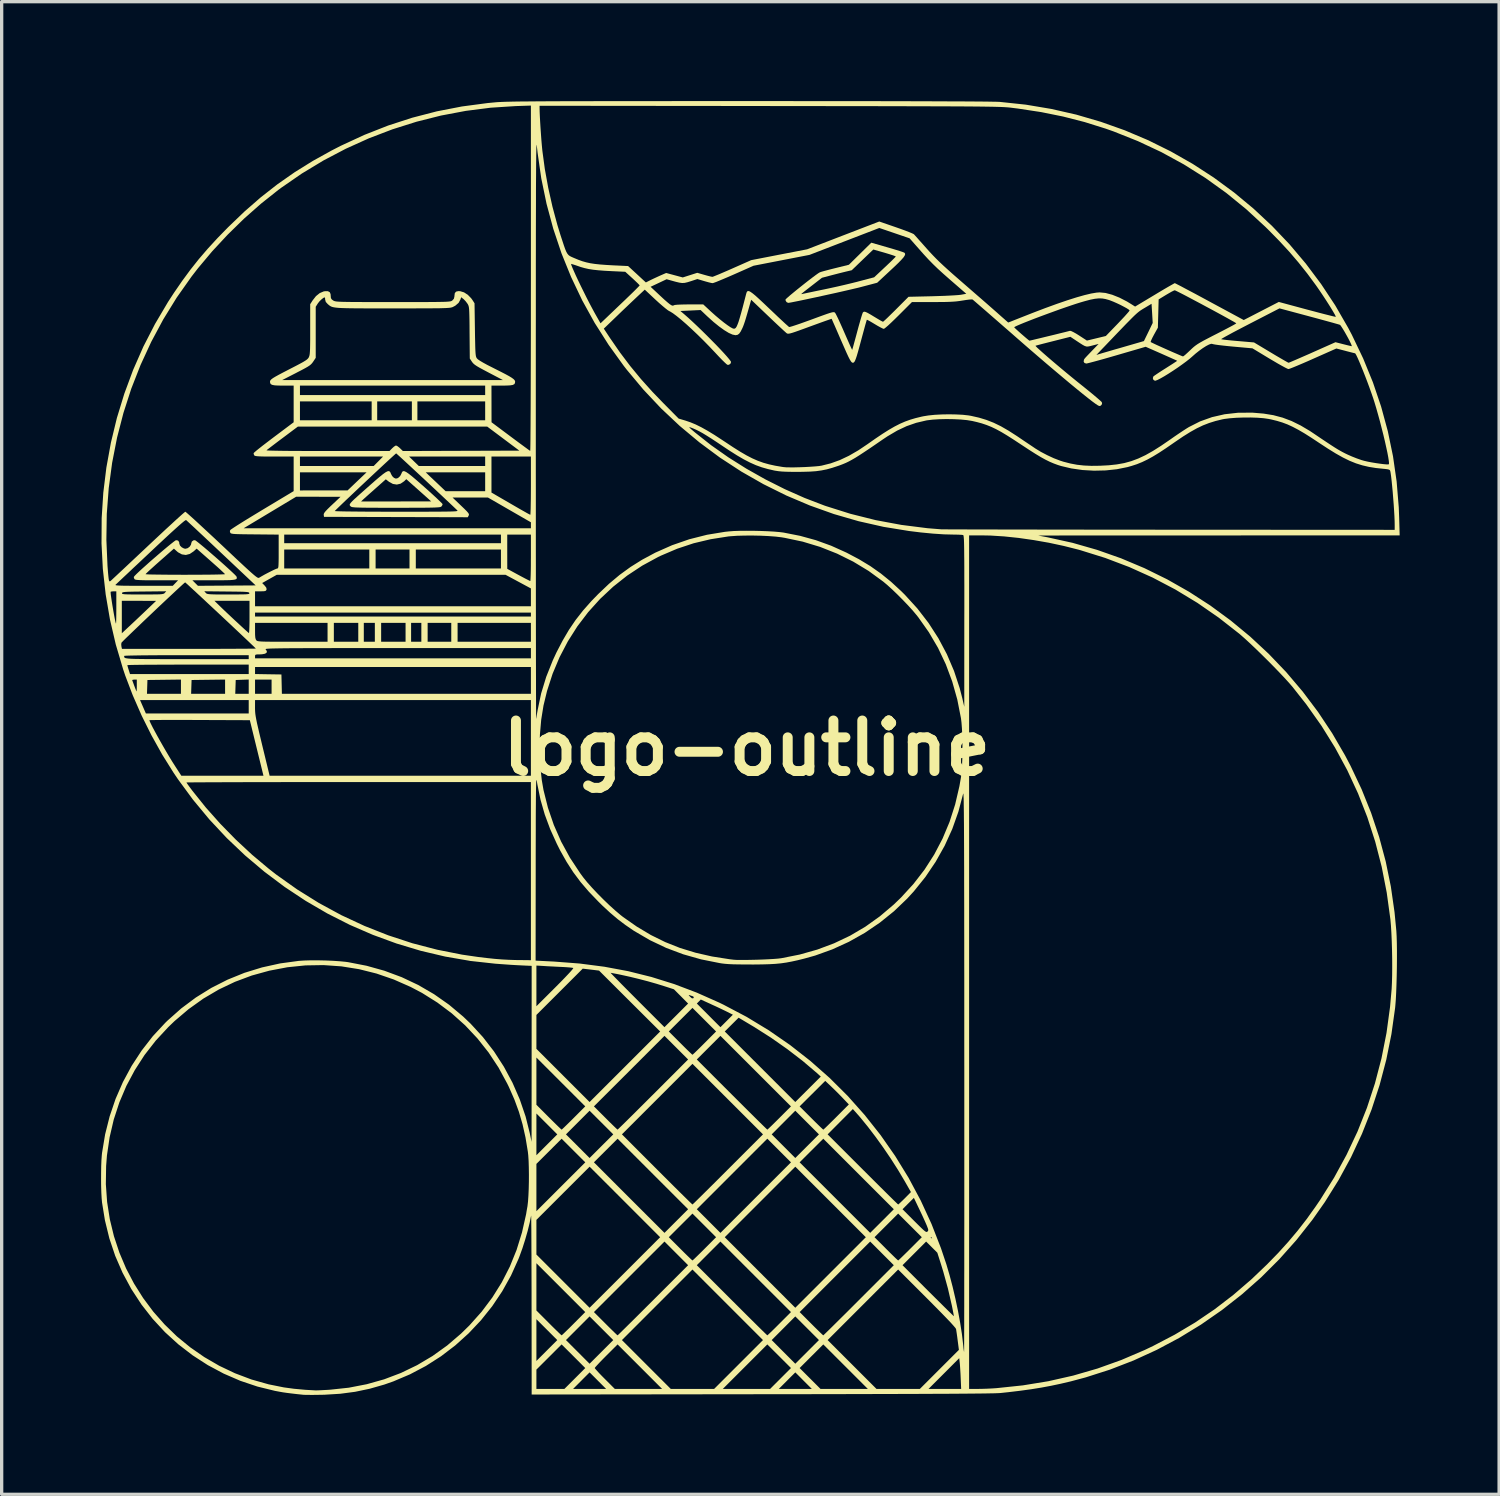
<source format=kicad_pcb>
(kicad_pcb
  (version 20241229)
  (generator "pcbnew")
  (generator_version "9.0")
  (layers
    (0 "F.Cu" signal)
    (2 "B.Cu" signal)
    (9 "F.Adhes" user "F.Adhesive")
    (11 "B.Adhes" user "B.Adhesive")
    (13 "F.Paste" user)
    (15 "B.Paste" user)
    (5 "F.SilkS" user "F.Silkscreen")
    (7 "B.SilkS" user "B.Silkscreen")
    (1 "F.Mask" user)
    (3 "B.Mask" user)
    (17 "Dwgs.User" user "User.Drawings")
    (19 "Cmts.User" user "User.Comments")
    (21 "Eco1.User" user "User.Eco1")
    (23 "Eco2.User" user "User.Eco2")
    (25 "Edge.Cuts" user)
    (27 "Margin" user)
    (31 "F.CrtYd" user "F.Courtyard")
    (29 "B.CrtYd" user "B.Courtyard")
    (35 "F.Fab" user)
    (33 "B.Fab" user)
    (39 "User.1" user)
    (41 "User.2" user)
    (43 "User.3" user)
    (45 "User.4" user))
  (footprint "logo-outline"
    (layer "F.Cu")
    (at 19.486 19.526)
    (property "Reference" "logo-outline" (at 0 0 0) (layer "F.SilkS") (effects (font (size 1.524 1.524) (thickness 0.3))))
    (attr board_only exclude_from_pos_files exclude_from_bom)
    (fp_poly (pts (xy -10.777 -8.349) (xy -10.755 -8.32) (xy -10.738 -8.276) (xy -10.701 -8.209) (xy -10.65 -8.159) (xy -10.647 -8.157) (xy -10.596 -8.135) (xy -10.553 -8.141) (xy -10.518 -8.158) (xy -10.462 -8.21) (xy -10.426 -8.277) (xy -10.409 -8.319) (xy -10.39 -8.348) (xy -10.363 -8.36) (xy -10.326 -8.355) (xy -10.274 -8.329) (xy -10.205 -8.282) (xy -10.113 -8.21) (xy -9.997 -8.112) (xy -9.851 -7.985) (xy -9.727 -7.876) (xy -9.591 -7.755) (xy -9.468 -7.643) (xy -9.361 -7.544) (xy -9.275 -7.462) (xy -9.214 -7.402) (xy -9.183 -7.367) (xy -9.18 -7.36) (xy -9.196 -7.319) (xy -9.218 -7.291) (xy -9.23 -7.283) (xy -9.251 -7.276) (xy -9.286 -7.27) (xy -9.338 -7.266) (xy -9.41 -7.262) (xy -9.507 -7.259) (xy -9.631 -7.257) (xy -9.787 -7.255) (xy -9.978 -7.255) (xy -10.208 -7.254) (xy -10.481 -7.254) (xy -10.583 -7.254) (xy -10.871 -7.254) (xy -11.115 -7.254) (xy -11.319 -7.255) (xy -11.487 -7.256) (xy -11.621 -7.258) (xy -11.727 -7.261) (xy -11.807 -7.264) (xy -11.865 -7.269) (xy -11.905 -7.274) (xy -11.931 -7.281) (xy -11.946 -7.288) (xy -11.949 -7.291) (xy -11.968 -7.309) (xy -11.98 -7.326) (xy -11.984 -7.345) (xy -11.977 -7.368) (xy -11.955 -7.4) (xy -11.915 -7.444) (xy -11.641 -7.444) (xy -10.583 -7.445) (xy -9.525 -7.446) (xy -9.632 -7.543) (xy -9.689 -7.594) (xy -9.772 -7.668) (xy -9.871 -7.756) (xy -9.976 -7.85) (xy -10.008 -7.878) (xy -10.276 -8.117) (xy -10.342 -8.053) (xy -10.448 -7.981) (xy -10.562 -7.954) (xy -10.68 -7.973) (xy -10.798 -8.038) (xy -10.804 -8.043) (xy -10.894 -8.113) (xy -11.208 -7.834) (xy -11.315 -7.739) (xy -11.413 -7.652) (xy -11.496 -7.578) (xy -11.556 -7.524) (xy -11.582 -7.5) (xy -11.641 -7.444) (xy -11.915 -7.444) (xy -11.915 -7.444) (xy -11.854 -7.504) (xy -11.769 -7.581) (xy -11.658 -7.681) (xy -11.517 -7.806) (xy -11.361 -7.944) (xy -11.204 -8.082) (xy -11.078 -8.189) (xy -10.979 -8.269) (xy -10.903 -8.323) (xy -10.847 -8.353) (xy -10.806 -8.361)) (stroke (width 0) (type solid)) (fill yes) (layer "F.SilkS"))
    (fp_poly (pts (xy 4.239 -15.114) (xy 4.384 -15.072) (xy 4.515 -15.032) (xy 4.624 -14.998) (xy 4.704 -14.971) (xy 4.747 -14.954) (xy 4.752 -14.952) (xy 4.773 -14.928) (xy 4.776 -14.898) (xy 4.76 -14.857) (xy 4.722 -14.802) (xy 4.657 -14.73) (xy 4.565 -14.636) (xy 4.441 -14.517) (xy 4.351 -14.433) (xy 3.933 -14.044) (xy 3.459 -13.919) (xy 3.358 -13.893) (xy 3.225 -13.862) (xy 3.067 -13.825) (xy 2.889 -13.784) (xy 2.696 -13.74) (xy 2.495 -13.696) (xy 2.291 -13.651) (xy 2.09 -13.607) (xy 1.897 -13.566) (xy 1.72 -13.528) (xy 1.562 -13.495) (xy 1.43 -13.469) (xy 1.33 -13.449) (xy 1.267 -13.439) (xy 1.25 -13.437) (xy 1.21 -13.453) (xy 1.194 -13.466) (xy 1.168 -13.513) (xy 1.165 -13.533) (xy 1.183 -13.556) (xy 1.233 -13.602) (xy 1.309 -13.668) (xy 1.353 -13.704) (xy 1.645 -13.704) (xy 1.65 -13.7) (xy 1.667 -13.704) (xy 1.689 -13.709) (xy 1.728 -13.717) (xy 1.806 -13.734) (xy 1.917 -13.757) (xy 2.054 -13.786) (xy 2.208 -13.818) (xy 2.331 -13.843) (xy 2.527 -13.885) (xy 2.741 -13.932) (xy 2.957 -13.982) (xy 3.161 -14.031) (xy 3.337 -14.075) (xy 3.377 -14.086) (xy 3.841 -14.208) (xy 4.168 -14.515) (xy 4.27 -14.611) (xy 4.36 -14.697) (xy 4.431 -14.767) (xy 4.477 -14.815) (xy 4.495 -14.836) (xy 4.495 -14.836) (xy 4.473 -14.848) (xy 4.414 -14.87) (xy 4.324 -14.899) (xy 4.213 -14.933) (xy 4.156 -14.95) (xy 3.817 -15.047) (xy 3.491 -14.735) (xy 3.166 -14.422) (xy 2.992 -14.381) (xy 2.895 -14.357) (xy 2.771 -14.326) (xy 2.636 -14.291) (xy 2.543 -14.267) (xy 2.267 -14.194) (xy 1.96 -13.956) (xy 1.839 -13.862) (xy 1.751 -13.794) (xy 1.692 -13.747) (xy 1.658 -13.718) (xy 1.645 -13.704) (xy 1.353 -13.704) (xy 1.406 -13.748) (xy 1.516 -13.838) (xy 1.636 -13.934) (xy 1.757 -14.03) (xy 1.876 -14.123) (xy 1.985 -14.206) (xy 2.079 -14.276) (xy 2.152 -14.328) (xy 2.199 -14.357) (xy 2.2 -14.357) (xy 2.238 -14.371) (xy 2.313 -14.393) (xy 2.418 -14.421) (xy 2.544 -14.454) (xy 2.664 -14.484) (xy 3.08 -14.587) (xy 3.756 -15.253)) (stroke (width 0) (type solid)) (fill yes) (layer "F.SilkS"))
    (fp_poly (pts (xy 0.876 -19.526) (xy 1.631 -19.525) (xy 2.343 -19.525) (xy 3.011 -19.524) (xy 3.636 -19.524) (xy 4.216 -19.523) (xy 4.753 -19.522) (xy 5.245 -19.52) (xy 5.692 -19.519) (xy 6.094 -19.517) (xy 6.45 -19.516) (xy 6.761 -19.514) (xy 7.026 -19.512) (xy 7.244 -19.51) (xy 7.416 -19.507) (xy 7.541 -19.505) (xy 7.619 -19.502) (xy 7.636 -19.501) (xy 8.418 -19.418) (xy 9.187 -19.289) (xy 9.942 -19.117) (xy 10.681 -18.901) (xy 11.404 -18.644) (xy 12.108 -18.346) (xy 12.791 -18.008) (xy 13.452 -17.632) (xy 14.09 -17.218) (xy 14.703 -16.767) (xy 15.288 -16.281) (xy 15.845 -15.761) (xy 16.372 -15.208) (xy 16.867 -14.622) (xy 17.329 -14.005) (xy 17.756 -13.359) (xy 18.146 -12.683) (xy 18.256 -12.474) (xy 18.597 -11.761) (xy 18.892 -11.039) (xy 19.14 -10.306) (xy 19.342 -9.563) (xy 19.498 -8.809) (xy 19.608 -8.044) (xy 19.672 -7.266) (xy 19.684 -6.951) (xy 19.699 -6.421) (xy 14.244 -6.419) (xy 8.788 -6.417) (xy 9.073 -6.363) (xy 9.828 -6.196) (xy 10.568 -5.984) (xy 11.292 -5.729) (xy 11.997 -5.432) (xy 12.682 -5.095) (xy 13.346 -4.718) (xy 13.986 -4.304) (xy 14.601 -3.852) (xy 15.189 -3.366) (xy 15.748 -2.846) (xy 16.277 -2.293) (xy 16.773 -1.708) (xy 17.236 -1.093) (xy 17.663 -0.45) (xy 18.053 0.221) (xy 18.218 0.535) (xy 18.551 1.24) (xy 18.838 1.954) (xy 19.08 2.679) (xy 19.278 3.418) (xy 19.433 4.173) (xy 19.544 4.947) (xy 19.599 5.516) (xy 19.608 5.679) (xy 19.614 5.879) (xy 19.617 6.108) (xy 19.617 6.356) (xy 19.615 6.616) (xy 19.61 6.877) (xy 19.603 7.131) (xy 19.594 7.369) (xy 19.583 7.582) (xy 19.569 7.761) (xy 19.562 7.836) (xy 19.451 8.627) (xy 19.295 9.403) (xy 19.094 10.165) (xy 18.85 10.909) (xy 18.562 11.636) (xy 18.231 12.344) (xy 17.857 13.031) (xy 17.442 13.696) (xy 17.064 14.234) (xy 16.582 14.844) (xy 16.066 15.423) (xy 15.519 15.969) (xy 14.941 16.48) (xy 14.335 16.956) (xy 13.703 17.395) (xy 13.048 17.795) (xy 12.37 18.156) (xy 11.672 18.476) (xy 10.956 18.753) (xy 10.224 18.987) (xy 9.772 19.108) (xy 9.469 19.179) (xy 9.176 19.241) (xy 8.882 19.296) (xy 8.577 19.345) (xy 8.25 19.39) (xy 7.893 19.433) (xy 7.658 19.458) (xy 7.616 19.461) (xy 7.549 19.464) (xy 7.457 19.467) (xy 7.337 19.469) (xy 7.189 19.472) (xy 7.011 19.474) (xy 6.802 19.476) (xy 6.562 19.478) (xy 6.289 19.48) (xy 5.981 19.482) (xy 5.639 19.483) (xy 5.259 19.485) (xy 4.842 19.486) (xy 4.386 19.488) (xy 3.89 19.489) (xy 3.353 19.49) (xy 2.773 19.492) (xy 2.15 19.493) (xy 1.482 19.494) (xy 0.769 19.495) (xy 0.446 19.495) (xy -6.493 19.504) (xy -6.493 19.335) (xy -6.35 19.335) (xy -5.505 19.335) (xy -5.243 19.335) (xy -4.246 19.335) (xy -4.495 19.086) (xy -4.582 18.998) (xy -4.656 18.924) (xy -4.711 18.869) (xy -4.741 18.84) (xy -4.745 18.836) (xy -4.761 18.852) (xy -4.805 18.896) (xy -4.87 18.961) (xy -4.952 19.043) (xy -4.994 19.086) (xy -5.243 19.335) (xy -5.505 19.335) (xy -5.19 19.02) (xy -4.875 18.705) (xy -4.876 18.705) (xy -4.59 18.705) (xy -4.574 18.728) (xy -4.529 18.779) (xy -4.462 18.853) (xy -4.376 18.942) (xy -4.287 19.032) (xy -3.984 19.335) (xy -2.557 19.335) (xy -3.9 17.992) (xy -4.245 18.336) (xy -4.349 18.441) (xy -4.441 18.536) (xy -4.514 18.614) (xy -4.566 18.671) (xy -4.589 18.702) (xy -4.59 18.705) (xy -4.876 18.705) (xy -5.232 18.348) (xy -5.589 17.992) (xy -5.969 18.372) (xy -6.35 18.752) (xy -6.35 19.335) (xy -6.493 19.335) (xy -6.495 17.231) (xy -6.35 17.231) (xy -6.35 18.491) (xy -5.72 17.861) (xy -5.458 17.861) (xy -5.101 18.218) (xy -4.745 18.575) (xy -4.031 17.861) (xy -4.031 17.861) (xy -3.769 17.861) (xy -3.032 18.598) (xy -2.295 19.335) (xy -0.987 19.335) (xy -0.725 19.335) (xy 0.702 19.335) (xy 0.964 19.335) (xy 1.961 19.335) (xy 1.712 19.086) (xy 1.625 18.998) (xy 1.551 18.924) (xy 1.496 18.869) (xy 1.466 18.84) (xy 1.463 18.836) (xy 1.447 18.852) (xy 1.403 18.896) (xy 1.337 18.961) (xy 1.255 19.043) (xy 1.213 19.086) (xy 0.964 19.335) (xy 0.702 19.335) (xy 1.017 19.02) (xy 1.332 18.705) (xy 1.593 18.705) (xy 1.908 19.02) (xy 2.223 19.335) (xy 3.651 19.335) (xy 2.307 17.992) (xy 1.95 18.348) (xy 1.593 18.705) (xy 1.332 18.705) (xy 0.975 18.348) (xy 0.618 17.992) (xy -0.725 19.335) (xy -0.987 19.335) (xy -0.25 18.598) (xy 0.487 17.861) (xy 0.75 17.861) (xy 1.106 18.218) (xy 1.462 18.575) (xy 1.819 18.218) (xy 2.176 17.861) (xy 2.176 17.861) (xy 2.438 17.861) (xy 3.175 18.598) (xy 3.912 19.335) (xy 5.221 19.335) (xy 5.482 19.335) (xy 6.467 19.335) (xy 6.707 19.335) (xy 6.964 19.335) (xy 7.093 19.333) (xy 7.249 19.328) (xy 7.411 19.32) (xy 7.54 19.311) (xy 8.328 19.228) (xy 9.095 19.103) (xy 9.846 18.933) (xy 10.58 18.72) (xy 11.3 18.462) (xy 12.008 18.159) (xy 12.26 18.038) (xy 12.911 17.698) (xy 13.527 17.331) (xy 14.115 16.932) (xy 14.681 16.497) (xy 15.23 16.024) (xy 15.697 15.578) (xy 16.034 15.232) (xy 16.338 14.896) (xy 16.621 14.56) (xy 16.892 14.211) (xy 17.16 13.836) (xy 17.302 13.628) (xy 17.721 12.959) (xy 18.095 12.273) (xy 18.426 11.571) (xy 18.712 10.851) (xy 18.953 10.115) (xy 19.15 9.362) (xy 19.302 8.593) (xy 19.409 7.807) (xy 19.457 7.266) (xy 19.466 7.078) (xy 19.472 6.855) (xy 19.474 6.607) (xy 19.473 6.345) (xy 19.468 6.078) (xy 19.46 5.817) (xy 19.449 5.572) (xy 19.436 5.353) (xy 19.42 5.171) (xy 19.419 5.161) (xy 19.309 4.36) (xy 19.157 3.58) (xy 18.961 2.821) (xy 18.723 2.083) (xy 18.442 1.364) (xy 18.117 0.664) (xy 17.749 -0.016) (xy 17.337 -0.679) (xy 16.881 -1.323) (xy 16.461 -1.855) (xy 16.357 -1.975) (xy 16.224 -2.121) (xy 16.069 -2.285) (xy 15.898 -2.462) (xy 15.717 -2.645) (xy 15.533 -2.827) (xy 15.353 -3.002) (xy 15.183 -3.163) (xy 15.029 -3.305) (xy 14.898 -3.42) (xy 14.866 -3.448) (xy 14.241 -3.937) (xy 13.596 -4.384) (xy 12.931 -4.787) (xy 12.246 -5.147) (xy 11.54 -5.465) (xy 10.812 -5.741) (xy 10.061 -5.975) (xy 10 -5.992) (xy 9.564 -6.102) (xy 9.112 -6.199) (xy 8.655 -6.279) (xy 8.202 -6.344) (xy 7.763 -6.39) (xy 7.349 -6.416) (xy 7.071 -6.421) (xy 6.707 -6.421) (xy 6.707 19.335) (xy 6.467 19.335) (xy 6.453 19.008) (xy 6.447 18.874) (xy 6.439 18.744) (xy 6.432 18.631) (xy 6.425 18.55) (xy 6.424 18.544) (xy 6.409 18.407) (xy 5.946 18.871) (xy 5.482 19.335) (xy 5.221 19.335) (xy 5.81 18.746) (xy 6.399 18.157) (xy 6.362 17.872) (xy 6.347 17.755) (xy 6.332 17.65) (xy 6.32 17.57) (xy 6.313 17.527) (xy 6.293 17.495) (xy 6.239 17.431) (xy 6.153 17.335) (xy 6.034 17.21) (xy 5.885 17.056) (xy 5.706 16.874) (xy 5.499 16.665) (xy 5.434 16.6) (xy 4.566 15.732) (xy 2.438 17.861) (xy 2.176 17.861) (xy 1.819 17.504) (xy 1.462 17.147) (xy 1.106 17.504) (xy 0.75 17.861) (xy 0.487 17.861) (xy 0.487 17.861) (xy -1.641 15.732) (xy -2.705 16.797) (xy -3.769 17.861) (xy -4.031 17.861) (xy -4.745 17.147) (xy -5.101 17.504) (xy -5.458 17.861) (xy -5.72 17.861) (xy -6.35 17.231) (xy -6.495 17.231) (xy -6.496 16.774) (xy -6.496 16.419) (xy -6.497 16.079) (xy -6.498 15.756) (xy -6.499 15.542) (xy -6.35 15.542) (xy -6.35 16.968) (xy -5.976 17.343) (xy -5.867 17.452) (xy -5.769 17.548) (xy -5.688 17.627) (xy -5.628 17.684) (xy -5.594 17.714) (xy -5.589 17.718) (xy -5.569 17.702) (xy -5.521 17.657) (xy -5.45 17.588) (xy -5.36 17.501) (xy -5.258 17.399) (xy -5.226 17.367) (xy -4.876 17.016) (xy -4.614 17.016) (xy -4.263 17.367) (xy -4.158 17.472) (xy -4.064 17.564) (xy -3.987 17.639) (xy -3.932 17.692) (xy -3.903 17.717) (xy -3.901 17.718) (xy -3.882 17.702) (xy -3.833 17.655) (xy -3.756 17.579) (xy -3.654 17.479) (xy -3.53 17.356) (xy -3.386 17.214) (xy -3.227 17.056) (xy -3.054 16.883) (xy -2.87 16.7) (xy -2.83 16.66) (xy -1.772 15.602) (xy -1.51 15.602) (xy -0.452 16.66) (xy -0.266 16.845) (xy -0.091 17.02) (xy 0.072 17.182) (xy 0.219 17.328) (xy 0.347 17.455) (xy 0.454 17.56) (xy 0.537 17.641) (xy 0.592 17.694) (xy 0.617 17.717) (xy 0.619 17.718) (xy 0.638 17.702) (xy 0.686 17.657) (xy 0.758 17.588) (xy 0.847 17.501) (xy 0.949 17.399) (xy 0.981 17.367) (xy 1.332 17.016) (xy 1.594 17.016) (xy 1.944 17.367) (xy 2.049 17.472) (xy 2.143 17.564) (xy 2.22 17.639) (xy 2.276 17.692) (xy 2.304 17.717) (xy 2.307 17.718) (xy 2.325 17.702) (xy 2.374 17.655) (xy 2.452 17.579) (xy 2.554 17.479) (xy 2.678 17.356) (xy 2.821 17.214) (xy 2.981 17.056) (xy 3.154 16.883) (xy 3.337 16.7) (xy 3.377 16.66) (xy 4.435 15.602) (xy 4.435 15.602) (xy 4.698 15.602) (xy 5.469 16.374) (xy 5.627 16.531) (xy 5.774 16.677) (xy 5.907 16.809) (xy 6.023 16.924) (xy 6.118 17.017) (xy 6.189 17.087) (xy 6.233 17.129) (xy 6.246 17.14) (xy 6.244 17.116) (xy 6.233 17.054) (xy 6.215 16.963) (xy 6.193 16.851) (xy 6.185 16.814) (xy 6.067 16.302) (xy 5.928 15.798) (xy 5.859 15.574) (xy 5.748 15.225) (xy 5.41 14.888) (xy 5.054 15.245) (xy 4.698 15.602) (xy 4.435 15.602) (xy 3.722 14.888) (xy 2.658 15.952) (xy 1.594 17.016) (xy 1.332 17.016) (xy 0.267 15.952) (xy -0.797 14.888) (xy -1.51 15.602) (xy -1.772 15.602) (xy -2.129 15.245) (xy -2.485 14.888) (xy -3.549 15.952) (xy -4.614 17.016) (xy -4.876 17.016) (xy -4.876 17.016) (xy -5.613 16.279) (xy -6.35 15.542) (xy -6.499 15.542) (xy -6.499 15.453) (xy -6.499 15.28) (xy -6.35 15.28) (xy -5.547 16.083) (xy -4.745 16.886) (xy -3.68 15.822) (xy -2.616 14.757) (xy -2.617 14.757) (xy -2.355 14.757) (xy -2.004 15.108) (xy -1.899 15.213) (xy -1.805 15.305) (xy -1.728 15.38) (xy -1.672 15.432) (xy -1.644 15.457) (xy -1.641 15.459) (xy -1.621 15.443) (xy -1.573 15.398) (xy -1.502 15.329) (xy -1.412 15.241) (xy -1.31 15.14) (xy -1.278 15.108) (xy -0.928 14.757) (xy -0.666 14.757) (xy 1.462 16.886) (xy 3.591 14.757) (xy 3.59 14.757) (xy 3.853 14.757) (xy 4.203 15.108) (xy 4.308 15.213) (xy 4.402 15.305) (xy 4.479 15.38) (xy 4.535 15.432) (xy 4.564 15.457) (xy 4.566 15.459) (xy 4.586 15.443) (xy 4.634 15.398) (xy 4.705 15.329) (xy 4.795 15.241) (xy 4.897 15.14) (xy 4.929 15.108) (xy 5.28 14.757) (xy 5.275 14.752) (xy 5.545 14.752) (xy 5.551 14.765) (xy 5.575 14.791) (xy 5.589 14.786) (xy 5.589 14.782) (xy 5.572 14.762) (xy 5.561 14.755) (xy 5.545 14.752) (xy 5.275 14.752) (xy 4.923 14.4) (xy 4.566 14.044) (xy 4.21 14.4) (xy 3.853 14.757) (xy 3.59 14.757) (xy 1.463 12.629) (xy -0.666 14.757) (xy -0.928 14.757) (xy -0.928 14.757) (xy -1.284 14.4) (xy -1.641 14.044) (xy -1.998 14.4) (xy -2.355 14.757) (xy -2.617 14.757) (xy -3.68 13.693) (xy -4.744 12.629) (xy -5.547 13.431) (xy -6.35 14.234) (xy -6.35 15.28) (xy -6.499 15.28) (xy -6.5 15.173) (xy -6.501 14.92) (xy -6.502 14.695) (xy -6.503 14.502) (xy -6.505 14.343) (xy -6.506 14.222) (xy -6.507 14.142) (xy -6.509 14.105) (xy -6.509 14.103) (xy -6.553 14.32) (xy -6.613 14.565) (xy -6.687 14.824) (xy -6.769 15.083) (xy -6.857 15.327) (xy -6.89 15.411) (xy -7.115 15.911) (xy -7.381 16.388) (xy -7.684 16.84) (xy -8.023 17.264) (xy -8.395 17.658) (xy -8.797 18.021) (xy -9.228 18.35) (xy -9.685 18.642) (xy -10.165 18.895) (xy -10.667 19.108) (xy -10.941 19.204) (xy -11.382 19.33) (xy -11.821 19.422) (xy -12.269 19.481) (xy -12.741 19.51) (xy -12.819 19.512) (xy -12.97 19.514) (xy -13.11 19.516) (xy -13.231 19.515) (xy -13.323 19.514) (xy -13.377 19.512) (xy -13.378 19.512) (xy -13.578 19.491) (xy -13.741 19.472) (xy -13.877 19.455) (xy -13.997 19.438) (xy -14.11 19.418) (xy -14.226 19.396) (xy -14.234 19.395) (xy -14.767 19.264) (xy -15.285 19.09) (xy -15.786 18.873) (xy -16.267 18.616) (xy -16.725 18.32) (xy -17.156 17.988) (xy -17.559 17.621) (xy -17.929 17.221) (xy -18.265 16.791) (xy -18.265 16.791) (xy -18.574 16.319) (xy -18.838 15.829) (xy -19.059 15.321) (xy -19.236 14.794) (xy -19.37 14.247) (xy -19.457 13.711) (xy -19.469 13.581) (xy -19.478 13.416) (xy -19.484 13.225) (xy -19.485 13.157) (xy -19.342 13.157) (xy -19.304 13.692) (xy -19.222 14.216) (xy -19.098 14.726) (xy -18.934 15.221) (xy -18.732 15.698) (xy -18.492 16.156) (xy -18.217 16.592) (xy -17.909 17.005) (xy -17.568 17.391) (xy -17.198 17.75) (xy -16.798 18.078) (xy -16.372 18.374) (xy -15.921 18.636) (xy -15.446 18.862) (xy -14.949 19.05) (xy -14.432 19.196) (xy -13.97 19.289) (xy -13.668 19.33) (xy -13.32 19.362) (xy -13.021 19.379) (xy -12.973 19.379) (xy -12.887 19.376) (xy -12.774 19.37) (xy -12.644 19.363) (xy -12.569 19.358) (xy -12.011 19.298) (xy -11.469 19.193) (xy -10.944 19.045) (xy -10.437 18.853) (xy -9.95 18.618) (xy -9.485 18.342) (xy -9.042 18.024) (xy -8.623 17.665) (xy -8.371 17.418) (xy -8.004 17.007) (xy -7.679 16.574) (xy -7.395 16.12) (xy -7.151 15.642) (xy -6.948 15.141) (xy -6.785 14.614) (xy -6.66 14.06) (xy -6.646 13.972) (xy -6.35 13.972) (xy -5.613 13.235) (xy -4.875 12.498) (xy -4.876 12.497) (xy -4.614 12.497) (xy -3.55 13.562) (xy -2.485 14.626) (xy -1.772 13.913) (xy -1.772 13.913) (xy -1.51 13.913) (xy -1.153 14.27) (xy -0.797 14.627) (xy 0.267 13.562) (xy 1.332 12.498) (xy 1.331 12.497) (xy 1.593 12.497) (xy 2.658 13.562) (xy 3.722 14.626) (xy 4.079 14.27) (xy 4.435 13.913) (xy 4.435 13.913) (xy 4.698 13.913) (xy 5.053 14.269) (xy 5.172 14.387) (xy 5.262 14.475) (xy 5.328 14.537) (xy 5.374 14.575) (xy 5.406 14.595) (xy 5.428 14.599) (xy 5.444 14.592) (xy 5.449 14.588) (xy 5.469 14.566) (xy 5.475 14.538) (xy 5.464 14.494) (xy 5.436 14.421) (xy 5.43 14.405) (xy 5.398 14.331) (xy 5.351 14.226) (xy 5.294 14.101) (xy 5.232 13.97) (xy 5.205 13.914) (xy 5.041 13.57) (xy 4.869 13.741) (xy 4.698 13.913) (xy 4.435 13.913) (xy 2.307 11.785) (xy 1.95 12.141) (xy 1.593 12.497) (xy 1.331 12.497) (xy 0.975 12.141) (xy 0.618 11.784) (xy -1.51 13.913) (xy -1.772 13.913) (xy -2.836 12.849) (xy -3.9 11.785) (xy -4.257 12.141) (xy -4.614 12.497) (xy -4.876 12.497) (xy -5.589 11.785) (xy -5.969 12.165) (xy -6.35 12.545) (xy -6.35 13.972) (xy -6.646 13.972) (xy -6.619 13.818) (xy -6.603 13.679) (xy -6.591 13.504) (xy -6.582 13.302) (xy -6.577 13.086) (xy -6.576 12.866) (xy -6.579 12.652) (xy -6.585 12.455) (xy -6.596 12.286) (xy -6.608 12.177) (xy -6.679 11.747) (xy -6.768 11.35) (xy -6.878 10.973) (xy -7.014 10.602) (xy -7.18 10.224) (xy -7.231 10.12) (xy -7.493 9.638) (xy -7.793 9.183) (xy -8.13 8.758) (xy -8.501 8.363) (xy -8.904 8.002) (xy -9.339 7.676) (xy -9.801 7.386) (xy -10.143 7.206) (xy -10.655 6.98) (xy -11.175 6.801) (xy -11.702 6.669) (xy -12.235 6.584) (xy -12.774 6.546) (xy -13.317 6.555) (xy -13.863 6.611) (xy -13.863 6.611) (xy -14.411 6.715) (xy -14.939 6.861) (xy -15.447 7.051) (xy -15.934 7.283) (xy -16.401 7.558) (xy -16.846 7.876) (xy -17.27 8.236) (xy -17.459 8.418) (xy -17.837 8.826) (xy -18.174 9.259) (xy -18.469 9.716) (xy -18.724 10.194) (xy -18.935 10.691) (xy -19.104 11.208) (xy -19.228 11.741) (xy -19.309 12.29) (xy -19.334 12.613) (xy -19.342 13.157) (xy -19.485 13.157) (xy -19.486 13.02) (xy -19.485 12.811) (xy -19.482 12.611) (xy -19.475 12.43) (xy -19.464 12.279) (xy -19.457 12.212) (xy -19.364 11.653) (xy -19.227 11.109) (xy -19.048 10.582) (xy -18.827 10.075) (xy -18.565 9.589) (xy -18.264 9.128) (xy -17.926 8.693) (xy -17.55 8.288) (xy -17.487 8.226) (xy -17.069 7.855) (xy -16.626 7.524) (xy -16.159 7.234) (xy -15.67 6.986) (xy -15.16 6.779) (xy -14.63 6.616) (xy -14.082 6.495) (xy -13.521 6.419) (xy -13.357 6.408) (xy -13.16 6.402) (xy -12.942 6.402) (xy -12.716 6.407) (xy -12.493 6.416) (xy -12.286 6.43) (xy -12.108 6.447) (xy -12.034 6.457) (xy -11.474 6.566) (xy -10.934 6.717) (xy -10.413 6.911) (xy -9.914 7.147) (xy -9.438 7.424) (xy -8.987 7.741) (xy -8.56 8.099) (xy -8.336 8.313) (xy -7.966 8.716) (xy -7.63 9.15) (xy -7.332 9.611) (xy -7.072 10.094) (xy -6.853 10.596) (xy -6.676 11.114) (xy -6.551 11.613) (xy -6.496 11.879) (xy -6.495 11.024) (xy -6.35 11.024) (xy -6.35 12.284) (xy -6.035 11.969) (xy -5.72 11.654) (xy -5.458 11.654) (xy -5.101 12.01) (xy -4.745 12.367) (xy -4.388 12.01) (xy -4.031 11.654) (xy -4.031 11.653) (xy -3.769 11.653) (xy -2.711 12.712) (xy -2.526 12.897) (xy -2.35 13.072) (xy -2.188 13.234) (xy -2.041 13.38) (xy -1.912 13.507) (xy -1.805 13.612) (xy -1.723 13.693) (xy -1.667 13.746) (xy -1.642 13.769) (xy -1.641 13.77) (xy -1.623 13.754) (xy -1.573 13.707) (xy -1.496 13.631) (xy -1.394 13.531) (xy -1.27 13.408) (xy -1.127 13.266) (xy -0.967 13.108) (xy -0.794 12.935) (xy -0.611 12.752) (xy -0.571 12.712) (xy 0.487 11.654) (xy 0.75 11.654) (xy 1.106 12.01) (xy 1.462 12.367) (xy 2.176 11.654) (xy 2.438 11.654) (xy 3.496 12.712) (xy 3.682 12.897) (xy 3.857 13.072) (xy 4.02 13.234) (xy 4.167 13.38) (xy 4.295 13.507) (xy 4.402 13.612) (xy 4.485 13.693) (xy 4.54 13.746) (xy 4.566 13.769) (xy 4.567 13.77) (xy 4.588 13.754) (xy 4.634 13.711) (xy 4.7 13.648) (xy 4.766 13.583) (xy 4.952 13.395) (xy 4.756 13.053) (xy 4.56 12.724) (xy 4.345 12.387) (xy 4.117 12.052) (xy 3.884 11.728) (xy 3.652 11.424) (xy 3.428 11.149) (xy 3.291 10.992) (xy 3.199 10.89) (xy 2.818 11.272) (xy 2.438 11.654) (xy 2.176 11.654) (xy 2.176 11.654) (xy 1.819 11.297) (xy 1.462 10.94) (xy 1.106 11.297) (xy 0.75 11.654) (xy 0.487 11.654) (xy 0.487 11.653) (xy -0.577 10.589) (xy -1.641 9.525) (xy -2.705 10.589) (xy -3.769 11.653) (xy -4.031 11.653) (xy -4.388 11.297) (xy -4.745 10.94) (xy -5.458 11.654) (xy -5.72 11.654) (xy -6.35 11.024) (xy -6.495 11.024) (xy -6.494 9.335) (xy -6.35 9.335) (xy -6.35 10.761) (xy -5.976 11.136) (xy -5.867 11.244) (xy -5.769 11.341) (xy -5.688 11.42) (xy -5.628 11.477) (xy -5.594 11.507) (xy -5.589 11.511) (xy -5.569 11.495) (xy -5.521 11.45) (xy -5.45 11.381) (xy -5.36 11.293) (xy -5.258 11.192) (xy -5.226 11.16) (xy -4.876 10.809) (xy -4.614 10.809) (xy -4.263 11.16) (xy -4.158 11.265) (xy -4.064 11.357) (xy -3.987 11.432) (xy -3.932 11.484) (xy -3.903 11.509) (xy -3.901 11.511) (xy -3.882 11.494) (xy -3.833 11.447) (xy -3.756 11.372) (xy -3.654 11.272) (xy -3.53 11.149) (xy -3.386 11.007) (xy -3.227 10.848) (xy -3.054 10.676) (xy -2.87 10.492) (xy -2.83 10.453) (xy -1.772 9.394) (xy -1.51 9.394) (xy -0.452 10.453) (xy -0.266 10.638) (xy -0.091 10.813) (xy 0.072 10.975) (xy 0.219 11.121) (xy 0.347 11.248) (xy 0.454 11.353) (xy 0.537 11.434) (xy 0.592 11.487) (xy 0.617 11.51) (xy 0.619 11.511) (xy 0.638 11.495) (xy 0.686 11.45) (xy 0.758 11.381) (xy 0.847 11.293) (xy 0.949 11.192) (xy 0.981 11.16) (xy 1.332 10.809) (xy 1.331 10.809) (xy 1.593 10.809) (xy 1.944 11.16) (xy 2.049 11.265) (xy 2.143 11.357) (xy 2.22 11.432) (xy 2.276 11.484) (xy 2.304 11.509) (xy 2.307 11.511) (xy 2.327 11.495) (xy 2.375 11.45) (xy 2.447 11.38) (xy 2.537 11.291) (xy 2.642 11.188) (xy 2.699 11.131) (xy 3.078 10.751) (xy 2.902 10.566) (xy 2.803 10.464) (xy 2.689 10.349) (xy 2.581 10.244) (xy 2.547 10.211) (xy 2.366 10.04) (xy 1.593 10.809) (xy 1.331 10.809) (xy 0.267 9.745) (xy -0.797 8.681) (xy -1.51 9.394) (xy -1.772 9.394) (xy -2.129 9.037) (xy -2.485 8.681) (xy -3.549 9.745) (xy -4.614 10.809) (xy -4.876 10.809) (xy -4.876 10.809) (xy -5.613 10.072) (xy -6.35 9.335) (xy -6.494 9.335) (xy -6.494 9.224) (xy -6.494 9.073) (xy -6.35 9.073) (xy -5.547 9.876) (xy -4.745 10.678) (xy -3.68 9.614) (xy -2.616 8.55) (xy -2.616 8.549) (xy -2.355 8.549) (xy -2.004 8.9) (xy -1.899 9.005) (xy -1.805 9.098) (xy -1.728 9.172) (xy -1.672 9.225) (xy -1.644 9.25) (xy -1.641 9.251) (xy -1.621 9.235) (xy -1.573 9.191) (xy -1.502 9.122) (xy -1.412 9.034) (xy -1.31 8.932) (xy -1.278 8.9) (xy -0.928 8.549) (xy -0.928 8.549) (xy -0.666 8.549) (xy 1.462 10.678) (xy 1.847 10.294) (xy 2.232 9.91) (xy 2.113 9.802) (xy 1.686 9.439) (xy 1.222 9.082) (xy 0.73 8.737) (xy 0.221 8.413) (xy 0.155 8.374) (xy -0.248 8.133) (xy -0.666 8.549) (xy -0.928 8.549) (xy -1.284 8.193) (xy -1.641 7.837) (xy -1.998 8.193) (xy -2.355 8.549) (xy -2.616 8.549) (xy -3.538 7.631) (xy -4.393 6.778) (xy -4.112 6.778) (xy -4.098 6.794) (xy -4.054 6.841) (xy -3.983 6.915) (xy -3.887 7.012) (xy -3.771 7.131) (xy -3.636 7.267) (xy -3.487 7.417) (xy -3.326 7.578) (xy -3.306 7.599) (xy -2.486 8.419) (xy -2.129 8.063) (xy -1.772 7.706) (xy -1.773 7.706) (xy -1.509 7.706) (xy -1.153 8.062) (xy -1.048 8.168) (xy -0.955 8.261) (xy -0.879 8.337) (xy -0.825 8.391) (xy -0.799 8.417) (xy -0.796 8.419) (xy -0.78 8.403) (xy -0.738 8.361) (xy -0.675 8.298) (xy -0.608 8.231) (xy -0.421 8.043) (xy -0.597 7.954) (xy -0.687 7.91) (xy -0.806 7.853) (xy -0.938 7.791) (xy -1.07 7.731) (xy -1.081 7.725) (xy -1.389 7.585) (xy -1.509 7.706) (xy -1.773 7.706) (xy -1.986 7.491) (xy -2.03 7.447) (xy -1.752 7.447) (xy -1.749 7.46) (xy -1.714 7.5) (xy -1.659 7.547) (xy -1.619 7.55) (xy -1.6 7.523) (xy -1.612 7.497) (xy -1.634 7.485) (xy -1.693 7.466) (xy -1.724 7.455) (xy -1.752 7.447) (xy -2.03 7.447) (xy -2.2 7.276) (xy -2.491 7.182) (xy -2.724 7.11) (xy -2.987 7.035) (xy -3.263 6.963) (xy -3.535 6.897) (xy -3.785 6.842) (xy -3.803 6.838) (xy -3.915 6.815) (xy -4.01 6.797) (xy -4.079 6.784) (xy -4.111 6.778) (xy -4.112 6.778) (xy -4.393 6.778) (xy -4.459 6.712) (xy -4.706 6.682) (xy -4.952 6.653) (xy -5.651 7.352) (xy -6.35 8.05) (xy -6.35 9.073) (xy -6.494 9.073) (xy -6.493 6.569) (xy -6.698 6.56) (xy -6.35 6.56) (xy -6.35 7.788) (xy -5.78 7.219) (xy -5.626 7.064) (xy -5.495 6.929) (xy -5.388 6.816) (xy -5.307 6.728) (xy -5.256 6.667) (xy -5.236 6.636) (xy -5.237 6.633) (xy -5.269 6.626) (xy -5.34 6.618) (xy -5.439 6.61) (xy -5.556 6.603) (xy -5.587 6.602) (xy -5.732 6.595) (xy -5.884 6.587) (xy -6.024 6.58) (xy -6.13 6.573) (xy -6.35 6.56) (xy -6.698 6.56) (xy -6.82 6.554) (xy -6.959 6.547) (xy -7.128 6.537) (xy -7.311 6.524) (xy -7.491 6.511) (xy -7.587 6.504) (xy -8.349 6.42) (xy -8.395 6.411) (xy -6.374 6.411) (xy -5.809 6.44) (xy -5.042 6.499) (xy -4.301 6.595) (xy -3.582 6.729) (xy -2.88 6.904) (xy -2.191 7.119) (xy -1.51 7.377) (xy -0.833 7.678) (xy -0.702 7.742) (xy -0.005 8.109) (xy 0.664 8.515) (xy 1.305 8.958) (xy 1.915 9.436) (xy 2.495 9.948) (xy 3.042 10.492) (xy 3.555 11.068) (xy 4.034 11.673) (xy 4.476 12.306) (xy 4.881 12.965) (xy 5.247 13.65) (xy 5.573 14.358) (xy 5.858 15.089) (xy 6.022 15.578) (xy 6.118 15.905) (xy 6.21 16.255) (xy 6.295 16.618) (xy 6.372 16.983) (xy 6.437 17.339) (xy 6.489 17.674) (xy 6.525 17.979) (xy 6.531 18.033) (xy 6.539 18.12) (xy 6.548 18.185) (xy 6.554 18.216) (xy 6.555 18.218) (xy 6.556 18.194) (xy 6.557 18.125) (xy 6.557 18.011) (xy 6.558 17.855) (xy 6.558 17.658) (xy 6.559 17.422) (xy 6.559 17.149) (xy 6.56 16.839) (xy 6.56 16.496) (xy 6.56 16.12) (xy 6.561 15.714) (xy 6.561 15.278) (xy 6.561 14.815) (xy 6.562 14.327) (xy 6.562 13.814) (xy 6.562 13.279) (xy 6.562 12.724) (xy 6.562 12.149) (xy 6.562 11.558) (xy 6.562 10.951) (xy 6.562 10.33) (xy 6.562 9.721) (xy 6.561 8.959) (xy 6.561 8.242) (xy 6.561 7.571) (xy 6.561 6.942) (xy 6.56 6.356) (xy 6.56 5.811) (xy 6.559 5.305) (xy 6.559 4.838) (xy 6.558 4.407) (xy 6.557 4.011) (xy 6.557 3.649) (xy 6.556 3.32) (xy 6.555 3.022) (xy 6.554 2.754) (xy 6.553 2.514) (xy 6.552 2.302) (xy 6.55 2.115) (xy 6.549 1.953) (xy 6.547 1.814) (xy 6.545 1.697) (xy 6.544 1.6) (xy 6.542 1.522) (xy 6.539 1.461) (xy 6.537 1.417) (xy 6.535 1.388) (xy 6.532 1.373) (xy 6.529 1.369) (xy 6.526 1.377) (xy 6.526 1.379) (xy 6.384 1.917) (xy 6.199 2.439) (xy 5.97 2.943) (xy 5.699 3.426) (xy 5.389 3.886) (xy 5.039 4.321) (xy 4.837 4.541) (xy 4.44 4.921) (xy 4.012 5.266) (xy 3.557 5.575) (xy 3.078 5.844) (xy 2.579 6.072) (xy 2.062 6.258) (xy 1.733 6.35) (xy 1.532 6.4) (xy 1.353 6.439) (xy 1.188 6.47) (xy 1.027 6.493) (xy 0.859 6.509) (xy 0.676 6.519) (xy 0.467 6.525) (xy 0.224 6.528) (xy 0.143 6.528) (xy -0.082 6.527) (xy -0.267 6.525) (xy -0.418 6.522) (xy -0.544 6.516) (xy -0.651 6.508) (xy -0.746 6.497) (xy -0.817 6.486) (xy -1.381 6.373) (xy -1.92 6.22) (xy -2.434 6.027) (xy -2.926 5.793) (xy -3.398 5.517) (xy -3.425 5.5) (xy -3.668 5.333) (xy -3.898 5.159) (xy -4.126 4.966) (xy -4.362 4.747) (xy -4.484 4.626) (xy -4.769 4.329) (xy -5.017 4.039) (xy -5.238 3.743) (xy -5.439 3.431) (xy -5.63 3.092) (xy -5.732 2.89) (xy -5.935 2.442) (xy -6.098 2.002) (xy -6.226 1.556) (xy -6.321 1.094) (xy -6.337 0.994) (xy -6.342 0.969) (xy -6.346 0.96) (xy -6.35 0.968) (xy -6.354 0.995) (xy -6.357 1.044) (xy -6.359 1.118) (xy -6.361 1.217) (xy -6.363 1.344) (xy -6.365 1.502) (xy -6.366 1.693) (xy -6.368 1.918) (xy -6.369 2.18) (xy -6.369 2.481) (xy -6.37 2.824) (xy -6.371 3.21) (xy -6.371 3.604) (xy -6.374 6.411) (xy -8.395 6.411) (xy -9.101 6.289) (xy -9.842 6.114) (xy -10.57 5.895) (xy -11.283 5.634) (xy -11.98 5.332) (xy -12.657 4.989) (xy -13.313 4.607) (xy -13.947 4.187) (xy -14.556 3.73) (xy -15.139 3.238) (xy -15.694 2.711) (xy -16.218 2.151) (xy -16.71 1.558) (xy -17.094 1.036) (xy -16.91 1.036) (xy -16.896 1.059) (xy -16.859 1.112) (xy -16.804 1.187) (xy -16.736 1.278) (xy -16.726 1.291) (xy -16.325 1.791) (xy -15.885 2.285) (xy -15.416 2.764) (xy -14.927 3.218) (xy -14.425 3.639) (xy -14.201 3.814) (xy -13.57 4.262) (xy -12.914 4.671) (xy -12.236 5.039) (xy -11.538 5.364) (xy -10.822 5.647) (xy -10.091 5.887) (xy -9.346 6.081) (xy -8.59 6.231) (xy -8.11 6.301) (xy -7.842 6.333) (xy -7.607 6.358) (xy -7.394 6.375) (xy -7.19 6.386) (xy -6.981 6.393) (xy -6.867 6.394) (xy -6.516 6.398) (xy -6.516 1.023) (xy -11.713 1.023) (xy -12.207 1.023) (xy -12.687 1.023) (xy -13.153 1.023) (xy -13.602 1.024) (xy -14.032 1.024) (xy -14.441 1.025) (xy -14.826 1.025) (xy -15.185 1.026) (xy -15.516 1.027) (xy -15.818 1.028) (xy -16.087 1.029) (xy -16.322 1.03) (xy -16.521 1.031) (xy -16.681 1.032) (xy -16.801 1.033) (xy -16.877 1.034) (xy -16.909 1.035) (xy -16.91 1.036) (xy -17.094 1.036) (xy -17.168 0.934) (xy -17.294 0.749) (xy -17.64 0.196) (xy -17.964 -0.385) (xy -18.193 -0.844) (xy -18.027 -0.844) (xy -18.016 -0.806) (xy -17.982 -0.733) (xy -17.931 -0.631) (xy -17.864 -0.506) (xy -17.786 -0.363) (xy -17.699 -0.207) (xy -17.607 -0.046) (xy -17.513 0.116) (xy -17.42 0.272) (xy -17.331 0.418) (xy -17.249 0.546) (xy -17.248 0.548) (xy -17.064 0.832) (xy -15.825 0.832) (xy -14.586 0.832) (xy -14.997 -0.844) (xy -16.512 -0.85) (xy -16.776 -0.851) (xy -17.025 -0.852) (xy -17.255 -0.852) (xy -17.463 -0.851) (xy -17.645 -0.851) (xy -17.796 -0.85) (xy -17.912 -0.848) (xy -17.99 -0.847) (xy -18.026 -0.845) (xy -18.027 -0.844) (xy -18.193 -0.844) (xy -18.262 -0.983) (xy -18.467 -1.451) (xy -18.31 -1.451) (xy -18.222 -1.249) (xy -18.134 -1.047) (xy -15.031 -1.046) (xy -15.031 -1.219) (xy -14.841 -1.219) (xy -14.84 -1.156) (xy -14.837 -1.096) (xy -14.831 -1.031) (xy -14.82 -0.957) (xy -14.804 -0.868) (xy -14.782 -0.76) (xy -14.751 -0.625) (xy -14.713 -0.46) (xy -14.664 -0.257) (xy -14.621 -0.077) (xy -14.4 0.832) (xy -10.458 0.832) (xy -6.516 0.832) (xy -6.516 0.055) (xy -6.255 0.055) (xy -6.236 0.516) (xy -6.188 0.962) (xy -6.136 1.262) (xy -6.002 1.797) (xy -5.824 2.318) (xy -5.602 2.822) (xy -5.336 3.309) (xy -5.028 3.775) (xy -4.931 3.907) (xy -4.814 4.051) (xy -4.668 4.215) (xy -4.502 4.391) (xy -4.325 4.569) (xy -4.145 4.742) (xy -3.971 4.899) (xy -3.812 5.034) (xy -3.734 5.095) (xy -3.318 5.386) (xy -2.896 5.638) (xy -2.464 5.851) (xy -2.016 6.029) (xy -1.546 6.173) (xy -1.05 6.286) (xy -0.52 6.369) (xy -0.404 6.383) (xy -0.322 6.389) (xy -0.202 6.391) (xy -0.053 6.391) (xy 0.116 6.388) (xy 0.296 6.384) (xy 0.476 6.378) (xy 0.649 6.37) (xy 0.805 6.361) (xy 0.934 6.351) (xy 1.027 6.34) (xy 1.035 6.339) (xy 1.594 6.228) (xy 2.126 6.078) (xy 2.633 5.888) (xy 3.115 5.659) (xy 3.575 5.388) (xy 4.013 5.075) (xy 4.431 4.721) (xy 4.651 4.509) (xy 5.026 4.1) (xy 5.36 3.668) (xy 5.653 3.211) (xy 5.905 2.731) (xy 6.116 2.227) (xy 6.286 1.698) (xy 6.415 1.145) (xy 6.461 0.88) (xy 6.48 0.726) (xy 6.493 0.536) (xy 6.502 0.32) (xy 6.506 0.089) (xy 6.506 -0.147) (xy 6.501 -0.377) (xy 6.491 -0.59) (xy 6.477 -0.775) (xy 6.461 -0.904) (xy 6.35 -1.469) (xy 6.197 -2.012) (xy 6.003 -2.532) (xy 5.768 -3.028) (xy 5.491 -3.5) (xy 5.173 -3.95) (xy 5.118 -4.019) (xy 5.006 -4.153) (xy 4.867 -4.306) (xy 4.711 -4.469) (xy 4.548 -4.633) (xy 4.387 -4.788) (xy 4.237 -4.924) (xy 4.114 -5.027) (xy 3.676 -5.347) (xy 3.21 -5.629) (xy 2.721 -5.871) (xy 2.211 -6.073) (xy 1.685 -6.232) (xy 1.146 -6.346) (xy 1.046 -6.363) (xy 0.868 -6.384) (xy 0.655 -6.4) (xy 0.419 -6.411) (xy 0.175 -6.416) (xy -0.067 -6.415) (xy -0.293 -6.409) (xy -0.491 -6.395) (xy -0.556 -6.389) (xy -1.092 -6.305) (xy -1.605 -6.183) (xy -2.102 -6.018) (xy -2.59 -5.81) (xy -2.676 -5.769) (xy -3.157 -5.507) (xy -3.611 -5.207) (xy -4.035 -4.871) (xy -4.428 -4.503) (xy -4.788 -4.104) (xy -5.113 -3.677) (xy -5.401 -3.223) (xy -5.651 -2.745) (xy -5.861 -2.246) (xy -6.029 -1.727) (xy -6.136 -1.286) (xy -6.205 -0.859) (xy -6.244 -0.407) (xy -6.255 0.055) (xy -6.516 0.055) (xy -6.516 -1.451) (xy -14.84 -1.451) (xy -14.841 -1.219) (xy -15.031 -1.219) (xy -15.031 -1.451) (xy -18.31 -1.451) (xy -18.467 -1.451) (xy -18.527 -1.588) (xy -18.548 -1.641) (xy -18.101 -1.641) (xy -17.076 -1.641) (xy -16.769 -1.641) (xy -15.744 -1.641) (xy -15.437 -1.641) (xy -15.031 -1.641) (xy -14.84 -1.641) (xy -14.341 -1.641) (xy -14.341 -2.069) (xy -14.84 -2.069) (xy -14.84 -1.641) (xy -15.031 -1.641) (xy -15.031 -2.071) (xy -15.227 -2.064) (xy -15.423 -2.057) (xy -15.43 -1.849) (xy -15.437 -1.641) (xy -15.744 -1.641) (xy -15.744 -2.07) (xy -16.755 -2.057) (xy -16.762 -1.849) (xy -16.769 -1.641) (xy -17.076 -1.641) (xy -17.076 -2.07) (xy -18.087 -2.057) (xy -18.094 -1.849) (xy -18.101 -1.641) (xy -18.548 -1.641) (xy -18.704 -2.051) (xy -18.547 -2.051) (xy -18.547 -2.05) (xy -18.535 -2.02) (xy -18.512 -1.958) (xy -18.483 -1.877) (xy -18.481 -1.872) (xy -18.451 -1.794) (xy -18.428 -1.737) (xy -18.416 -1.713) (xy -18.415 -1.712) (xy -18.412 -1.734) (xy -18.409 -1.792) (xy -18.408 -1.874) (xy -18.408 -1.891) (xy -18.408 -2.069) (xy -18.481 -2.069) (xy -18.529 -2.064) (xy -18.547 -2.051) (xy -18.704 -2.051) (xy -18.756 -2.188) (xy -18.82 -2.378) (xy -18.858 -2.505) (xy -18.693 -2.505) (xy -18.687 -2.476) (xy -18.67 -2.416) (xy -18.653 -2.363) (xy -18.613 -2.236) (xy -15.031 -2.236) (xy -15.031 -2.237) (xy -14.84 -2.237) (xy -14.442 -2.23) (xy -14.044 -2.224) (xy -14.037 -1.932) (xy -14.03 -1.641) (xy -6.516 -1.641) (xy -6.516 -2.45) (xy -14.84 -2.45) (xy -14.84 -2.237) (xy -15.031 -2.237) (xy -15.031 -2.521) (xy -16.862 -2.521) (xy -17.152 -2.521) (xy -17.429 -2.52) (xy -17.687 -2.519) (xy -17.924 -2.518) (xy -18.136 -2.517) (xy -18.319 -2.515) (xy -18.47 -2.513) (xy -18.585 -2.511) (xy -18.66 -2.508) (xy -18.692 -2.506) (xy -18.693 -2.505) (xy -18.858 -2.505) (xy -18.935 -2.767) (xy -18.789 -2.767) (xy -18.788 -2.751) (xy -18.783 -2.738) (xy -18.771 -2.727) (xy -18.748 -2.717) (xy -18.712 -2.71) (xy -18.659 -2.703) (xy -18.587 -2.698) (xy -18.492 -2.694) (xy -18.371 -2.692) (xy -18.221 -2.69) (xy -18.04 -2.688) (xy -17.823 -2.688) (xy -17.569 -2.687) (xy -17.273 -2.687) (xy -16.934 -2.687) (xy -16.895 -2.687) (xy -15.031 -2.687) (xy -15.031 -2.711) (xy -14.84 -2.711) (xy -6.516 -2.711) (xy -6.516 -3.02) (xy -10.537 -3.02) (xy -11.052 -3.02) (xy -11.521 -3.02) (xy -11.947 -3.02) (xy -12.331 -3.02) (xy -12.676 -3.019) (xy -12.983 -3.019) (xy -13.256 -3.018) (xy -13.495 -3.017) (xy -13.703 -3.016) (xy -13.882 -3.015) (xy -14.034 -3.013) (xy -14.161 -3.011) (xy -14.264 -3.009) (xy -14.348 -3.007) (xy -14.412 -3.004) (xy -14.459 -3.001) (xy -14.492 -2.998) (xy -14.512 -2.994) (xy -14.522 -2.99) (xy -14.523 -2.985) (xy -14.521 -2.983) (xy -14.483 -2.927) (xy -14.49 -2.882) (xy -14.539 -2.85) (xy -14.629 -2.833) (xy -14.691 -2.83) (xy -14.772 -2.829) (xy -14.817 -2.823) (xy -14.836 -2.807) (xy -14.84 -2.778) (xy -14.84 -2.771) (xy -14.84 -2.711) (xy -15.031 -2.711) (xy -15.031 -2.806) (xy -16.91 -2.806) (xy -17.244 -2.806) (xy -17.552 -2.805) (xy -17.831 -2.804) (xy -18.08 -2.802) (xy -18.296 -2.8) (xy -18.476 -2.797) (xy -18.617 -2.794) (xy -18.718 -2.791) (xy -18.775 -2.787) (xy -18.788 -2.785) (xy -18.789 -2.767) (xy -18.935 -2.767) (xy -19.042 -3.127) (xy -19.042 -3.127) (xy -18.878 -3.127) (xy -18.872 -3.067) (xy -18.856 -2.997) (xy -16.836 -2.997) (xy -16.531 -2.997) (xy -16.24 -2.997) (xy -15.966 -2.997) (xy -15.713 -2.998) (xy -15.484 -2.999) (xy -15.284 -3) (xy -15.114 -3.001) (xy -14.98 -3.002) (xy -14.883 -3.003) (xy -14.828 -3.004) (xy -14.817 -3.005) (xy -14.833 -3.023) (xy -14.881 -3.07) (xy -14.957 -3.142) (xy -15.056 -3.237) (xy -15.176 -3.35) (xy -15.312 -3.479) (xy -15.462 -3.62) (xy -15.62 -3.769) (xy -15.785 -3.923) (xy -15.951 -4.079) (xy -16.117 -4.234) (xy -16.277 -4.383) (xy -16.345 -4.447) (xy -16.065 -4.447) (xy -15.97 -4.353) (xy -15.896 -4.281) (xy -15.804 -4.192) (xy -15.699 -4.092) (xy -15.586 -3.986) (xy -15.47 -3.877) (xy -15.357 -3.773) (xy -15.253 -3.676) (xy -15.162 -3.593) (xy -15.09 -3.528) (xy -15.043 -3.487) (xy -15.025 -3.473) (xy -15.019 -3.496) (xy -15.016 -3.54) (xy -14.84 -3.54) (xy -14.839 -3.421) (xy -14.833 -3.341) (xy -14.821 -3.289) (xy -14.803 -3.257) (xy -14.801 -3.254) (xy -14.789 -3.244) (xy -14.772 -3.235) (xy -14.744 -3.228) (xy -14.703 -3.223) (xy -14.643 -3.218) (xy -14.56 -3.215) (xy -14.45 -3.213) (xy -14.308 -3.212) (xy -14.131 -3.211) (xy -13.914 -3.211) (xy -13.707 -3.211) (xy -12.652 -3.211) (xy -12.462 -3.211) (xy -11.725 -3.211) (xy -11.558 -3.211) (xy -11.225 -3.211) (xy -11.035 -3.211) (xy -10.298 -3.211) (xy -10.131 -3.211) (xy -9.822 -3.211) (xy -9.632 -3.211) (xy -8.919 -3.211) (xy -8.728 -3.211) (xy -6.516 -3.211) (xy -6.516 -3.781) (xy -8.728 -3.781) (xy -8.728 -3.211) (xy -8.919 -3.211) (xy -8.919 -3.781) (xy -9.632 -3.781) (xy -9.632 -3.211) (xy -9.822 -3.211) (xy -9.822 -3.781) (xy -10.131 -3.781) (xy -10.131 -3.211) (xy -10.298 -3.211) (xy -10.298 -3.781) (xy -11.035 -3.781) (xy -11.035 -3.211) (xy -11.225 -3.211) (xy -11.225 -3.781) (xy -11.558 -3.781) (xy -11.558 -3.211) (xy -11.725 -3.211) (xy -11.725 -3.781) (xy -12.462 -3.781) (xy -12.462 -3.211) (xy -12.652 -3.211) (xy -12.652 -3.781) (xy -14.84 -3.781) (xy -14.84 -3.54) (xy -15.016 -3.54) (xy -15.015 -3.558) (xy -15.011 -3.655) (xy -15.008 -3.778) (xy -15.007 -3.92) (xy -15.007 -3.96) (xy -15.007 -3.972) (xy -14.84 -3.972) (xy -6.516 -3.972) (xy -6.516 -4.091) (xy -14.84 -4.091) (xy -14.84 -3.972) (xy -15.007 -3.972) (xy -15.007 -4.281) (xy -14.84 -4.281) (xy -6.516 -4.281) (xy -6.516 -4.82) (xy -6.899 -5.026) (xy -7.282 -5.232) (xy -14.183 -5.232) (xy -14.404 -5.108) (xy -14.625 -4.983) (xy -14.552 -4.908) (xy -14.504 -4.848) (xy -14.491 -4.8) (xy -14.495 -4.783) (xy -14.508 -4.756) (xy -14.536 -4.741) (xy -14.588 -4.734) (xy -14.676 -4.733) (xy -14.84 -4.733) (xy -14.84 -4.281) (xy -15.007 -4.281) (xy -15.007 -4.447) (xy -16.065 -4.447) (xy -16.345 -4.447) (xy -16.428 -4.524) (xy -16.567 -4.653) (xy -16.653 -4.734) (xy -16.371 -4.734) (xy -16.327 -4.686) (xy -16.312 -4.671) (xy -16.292 -4.66) (xy -16.262 -4.652) (xy -16.216 -4.646) (xy -16.148 -4.642) (xy -16.052 -4.639) (xy -15.924 -4.638) (xy -15.757 -4.638) (xy -15.644 -4.638) (xy -15.452 -4.638) (xy -15.304 -4.639) (xy -15.192 -4.64) (xy -15.112 -4.643) (xy -15.06 -4.648) (xy -15.028 -4.654) (xy -15.014 -4.663) (xy -15.011 -4.674) (xy -15.011 -4.679) (xy -15.017 -4.691) (xy -15.031 -4.701) (xy -15.06 -4.709) (xy -15.109 -4.714) (xy -15.181 -4.719) (xy -15.284 -4.722) (xy -15.422 -4.724) (xy -15.599 -4.726) (xy -15.695 -4.727) (xy -16.371 -4.734) (xy -16.653 -4.734) (xy -16.69 -4.767) (xy -16.793 -4.862) (xy -16.873 -4.936) (xy -16.926 -4.983) (xy -16.948 -5.002) (xy -16.949 -5.002) (xy -16.972 -4.985) (xy -17.025 -4.938) (xy -17.104 -4.865) (xy -17.207 -4.77) (xy -17.328 -4.657) (xy -17.464 -4.53) (xy -17.612 -4.391) (xy -17.767 -4.245) (xy -17.925 -4.095) (xy -18.083 -3.945) (xy -18.237 -3.799) (xy -18.382 -3.659) (xy -18.516 -3.531) (xy -18.634 -3.417) (xy -18.733 -3.322) (xy -18.808 -3.248) (xy -18.855 -3.199) (xy -18.872 -3.18) (xy -18.878 -3.127) (xy -19.042 -3.127) (xy -19.218 -3.883) (xy -19.348 -4.645) (xy -19.353 -4.693) (xy -19.198 -4.693) (xy -19.192 -4.629) (xy -19.179 -4.535) (xy -19.162 -4.421) (xy -19.142 -4.295) (xy -19.12 -4.165) (xy -19.098 -4.04) (xy -19.077 -3.928) (xy -19.059 -3.838) (xy -19.044 -3.778) (xy -19.036 -3.758) (xy -19.033 -3.78) (xy -19.03 -3.843) (xy -19.028 -3.94) (xy -19.027 -4.063) (xy -19.026 -4.206) (xy -19.026 -4.245) (xy -19.026 -4.447) (xy -18.86 -4.447) (xy -18.86 -3.467) (xy -18.58 -3.729) (xy -18.459 -3.842) (xy -18.326 -3.968) (xy -18.195 -4.092) (xy -18.082 -4.2) (xy -18.063 -4.218) (xy -17.825 -4.445) (xy -18.86 -4.447) (xy -19.026 -4.447) (xy -19.026 -4.679) (xy -18.855 -4.679) (xy -18.855 -4.667) (xy -18.845 -4.657) (xy -18.82 -4.65) (xy -18.776 -4.644) (xy -18.706 -4.641) (xy -18.605 -4.639) (xy -18.469 -4.638) (xy -18.292 -4.638) (xy -18.235 -4.638) (xy -18.045 -4.638) (xy -17.898 -4.639) (xy -17.786 -4.64) (xy -17.705 -4.643) (xy -17.649 -4.648) (xy -17.611 -4.656) (xy -17.587 -4.665) (xy -17.57 -4.678) (xy -17.563 -4.686) (xy -17.52 -4.734) (xy -18.184 -4.727) (xy -18.379 -4.725) (xy -18.532 -4.723) (xy -18.649 -4.72) (xy -18.733 -4.716) (xy -18.79 -4.711) (xy -18.826 -4.704) (xy -18.846 -4.695) (xy -18.854 -4.684) (xy -18.855 -4.679) (xy -19.026 -4.679) (xy -19.026 -4.733) (xy -19.105 -4.733) (xy -19.163 -4.729) (xy -19.196 -4.721) (xy -19.197 -4.72) (xy -19.198 -4.693) (xy -19.353 -4.693) (xy -19.379 -4.923) (xy -19.052 -4.923) (xy -19.039 -4.916) (xy -19.005 -4.911) (xy -18.946 -4.907) (xy -18.859 -4.903) (xy -18.74 -4.901) (xy -18.584 -4.9) (xy -18.387 -4.899) (xy -18.204 -4.899) (xy -17.323 -4.899) (xy -17.162 -5.066) (xy -17.806 -5.066) (xy -18.002 -5.066) (xy -18.157 -5.067) (xy -18.274 -5.07) (xy -18.359 -5.074) (xy -18.417 -5.079) (xy -18.454 -5.087) (xy -18.474 -5.097) (xy -18.479 -5.101) (xy -18.498 -5.147) (xy -18.495 -5.171) (xy -18.472 -5.2) (xy -18.423 -5.25) (xy -18.144 -5.25) (xy -18.122 -5.247) (xy -18.056 -5.243) (xy -17.951 -5.24) (xy -17.813 -5.238) (xy -17.645 -5.236) (xy -17.451 -5.234) (xy -17.237 -5.233) (xy -17.007 -5.232) (xy -16.945 -5.232) (xy -16.711 -5.233) (xy -16.493 -5.234) (xy -16.293 -5.235) (xy -16.118 -5.237) (xy -15.971 -5.24) (xy -15.858 -5.243) (xy -15.782 -5.246) (xy -15.747 -5.249) (xy -15.746 -5.25) (xy -15.763 -5.27) (xy -15.812 -5.317) (xy -15.886 -5.386) (xy -15.982 -5.473) (xy -16.094 -5.572) (xy -16.175 -5.644) (xy -16.602 -6.021) (xy -16.694 -5.938) (xy -16.809 -5.861) (xy -16.928 -5.83) (xy -17.047 -5.847) (xy -17.163 -5.91) (xy -17.195 -5.937) (xy -17.288 -6.021) (xy -17.715 -5.644) (xy -17.835 -5.538) (xy -17.941 -5.442) (xy -18.031 -5.361) (xy -18.097 -5.299) (xy -18.136 -5.26) (xy -18.144 -5.25) (xy -18.423 -5.25) (xy -18.418 -5.255) (xy -18.338 -5.331) (xy -18.237 -5.424) (xy -18.12 -5.528) (xy -17.994 -5.641) (xy -17.861 -5.756) (xy -17.729 -5.87) (xy -17.602 -5.978) (xy -17.485 -6.076) (xy -17.383 -6.159) (xy -17.302 -6.223) (xy -17.247 -6.263) (xy -17.225 -6.275) (xy -17.163 -6.265) (xy -17.13 -6.218) (xy -17.124 -6.167) (xy -17.103 -6.112) (xy -17.051 -6.06) (xy -16.984 -6.025) (xy -16.938 -6.017) (xy -16.87 -6.036) (xy -16.81 -6.083) (xy -16.772 -6.143) (xy -16.767 -6.173) (xy -16.747 -6.236) (xy -16.697 -6.272) (xy -16.651 -6.275) (xy -16.622 -6.257) (xy -16.563 -6.212) (xy -16.479 -6.144) (xy -16.375 -6.058) (xy -16.257 -5.958) (xy -16.13 -5.848) (xy -15.999 -5.734) (xy -15.868 -5.619) (xy -15.744 -5.508) (xy -15.632 -5.406) (xy -15.536 -5.317) (xy -15.461 -5.246) (xy -15.414 -5.197) (xy -15.399 -5.178) (xy -15.39 -5.146) (xy -15.392 -5.121) (xy -15.408 -5.102) (xy -15.445 -5.088) (xy -15.505 -5.078) (xy -15.595 -5.071) (xy -15.719 -5.068) (xy -15.881 -5.066) (xy -16.086 -5.066) (xy -16.73 -5.066) (xy -16.563 -4.899) (xy -14.821 -4.911) (xy -15.855 -5.886) (xy -16.042 -6.062) (xy -16.219 -6.229) (xy -16.383 -6.383) (xy -16.531 -6.521) (xy -16.659 -6.642) (xy -16.766 -6.741) (xy -16.847 -6.816) (xy -16.9 -6.865) (xy -16.92 -6.883) (xy -16.938 -6.878) (xy -16.979 -6.85) (xy -17.042 -6.798) (xy -17.131 -6.721) (xy -17.247 -6.617) (xy -17.391 -6.486) (xy -17.565 -6.325) (xy -17.77 -6.134) (xy -17.983 -5.934) (xy -18.169 -5.759) (xy -18.346 -5.592) (xy -18.511 -5.438) (xy -18.659 -5.298) (xy -18.788 -5.177) (xy -18.894 -5.077) (xy -18.976 -5) (xy -19.028 -4.951) (xy -19.049 -4.932) (xy -19.052 -4.923) (xy -19.379 -4.923) (xy -19.433 -5.411) (xy -19.473 -6.178) (xy -19.472 -6.287) (xy -19.326 -6.287) (xy -19.292 -5.499) (xy -19.287 -5.434) (xy -19.275 -5.282) (xy -19.264 -5.171) (xy -19.255 -5.097) (xy -19.245 -5.053) (xy -19.232 -5.034) (xy -19.217 -5.034) (xy -19.199 -5.046) (xy -19.175 -5.067) (xy -19.12 -5.119) (xy -19.036 -5.197) (xy -18.927 -5.299) (xy -18.795 -5.422) (xy -18.644 -5.564) (xy -18.477 -5.721) (xy -18.296 -5.891) (xy -18.105 -6.07) (xy -18.067 -6.106) (xy -17.875 -6.286) (xy -17.693 -6.456) (xy -17.524 -6.614) (xy -17.37 -6.755) (xy -17.236 -6.879) (xy -17.123 -6.981) (xy -17.035 -7.06) (xy -16.975 -7.111) (xy -16.946 -7.134) (xy -16.944 -7.135) (xy -16.922 -7.119) (xy -16.869 -7.073) (xy -16.787 -7) (xy -16.679 -6.903) (xy -16.55 -6.784) (xy -16.401 -6.646) (xy -16.235 -6.492) (xy -16.056 -6.326) (xy -15.867 -6.148) (xy -15.84 -6.123) (xy -15.62 -5.916) (xy -15.433 -5.739) (xy -15.274 -5.591) (xy -15.142 -5.468) (xy -15.034 -5.369) (xy -14.947 -5.291) (xy -14.879 -5.232) (xy -14.827 -5.189) (xy -14.788 -5.161) (xy -14.76 -5.144) (xy -14.74 -5.138) (xy -14.726 -5.138) (xy -14.714 -5.144) (xy -14.714 -5.144) (xy -14.645 -5.185) (xy -14.557 -5.235) (xy -14.458 -5.287) (xy -14.36 -5.337) (xy -14.272 -5.38) (xy -14.205 -5.41) (xy -14.168 -5.422) (xy -14.166 -5.422) (xy -13.96 -5.422) (xy -11.392 -5.422) (xy -11.202 -5.422) (xy -10.179 -5.422) (xy -9.989 -5.422) (xy -7.42 -5.422) (xy -7.42 -5.993) (xy -9.989 -5.993) (xy -9.989 -5.422) (xy -10.179 -5.422) (xy -10.179 -5.993) (xy -11.202 -5.993) (xy -11.202 -5.422) (xy -11.392 -5.422) (xy -11.392 -5.993) (xy -13.96 -5.993) (xy -13.96 -5.422) (xy -14.166 -5.422) (xy -14.153 -5.426) (xy -14.144 -5.442) (xy -14.136 -5.475) (xy -14.132 -5.531) (xy -14.129 -5.617) (xy -14.127 -5.737) (xy -14.127 -5.898) (xy -14.127 -5.933) (xy -14.127 -6.184) (xy -13.96 -6.184) (xy -7.42 -6.184) (xy -7.42 -6.445) (xy -7.23 -6.445) (xy -7.23 -5.928) (xy -7.229 -5.411) (xy -6.891 -5.227) (xy -6.775 -5.165) (xy -6.675 -5.112) (xy -6.596 -5.072) (xy -6.547 -5.048) (xy -6.534 -5.043) (xy -6.53 -5.065) (xy -6.526 -5.13) (xy -6.522 -5.23) (xy -6.519 -5.36) (xy -6.517 -5.514) (xy -6.517 -5.687) (xy -6.516 -5.744) (xy -6.516 -6.445) (xy -7.23 -6.445) (xy -7.42 -6.445) (xy -13.96 -6.445) (xy -13.96 -6.184) (xy -14.127 -6.184) (xy -14.127 -6.444) (xy -14.844 -6.451) (xy -15.049 -6.453) (xy -15.211 -6.455) (xy -15.336 -6.458) (xy -15.429 -6.461) (xy -15.495 -6.466) (xy -15.539 -6.473) (xy -15.566 -6.481) (xy -15.581 -6.491) (xy -15.587 -6.499) (xy -15.6 -6.55) (xy -15.587 -6.582) (xy -15.562 -6.602) (xy -15.513 -6.635) (xy -15.185 -6.635) (xy -10.851 -6.635) (xy -6.516 -6.635) (xy -6.516 -6.816) (xy -7.164 -7.189) (xy -7.812 -7.563) (xy -8.88 -7.563) (xy -8.623 -7.317) (xy -8.524 -7.222) (xy -8.455 -7.153) (xy -8.412 -7.104) (xy -8.39 -7.07) (xy -8.385 -7.045) (xy -8.392 -7.023) (xy -8.393 -7.02) (xy -8.421 -6.968) (xy -10.59 -6.974) (xy -12.759 -6.98) (xy -12.768 -7.04) (xy -12.766 -7.068) (xy -12.749 -7.103) (xy -12.712 -7.15) (xy -12.707 -7.155) (xy -12.434 -7.155) (xy -12.413 -7.152) (xy -12.347 -7.149) (xy -12.24 -7.146) (xy -12.097 -7.143) (xy -11.921 -7.141) (xy -11.714 -7.139) (xy -11.482 -7.137) (xy -11.227 -7.136) (xy -10.953 -7.135) (xy -10.663 -7.135) (xy -10.568 -7.135) (xy -10.226 -7.135) (xy -9.928 -7.135) (xy -9.672 -7.135) (xy -9.454 -7.136) (xy -9.272 -7.137) (xy -9.122 -7.138) (xy -9.002 -7.14) (xy -8.908 -7.142) (xy -8.838 -7.145) (xy -8.788 -7.148) (xy -8.755 -7.153) (xy -8.737 -7.158) (xy -8.731 -7.164) (xy -8.733 -7.171) (xy -8.74 -7.179) (xy -8.741 -7.18) (xy -8.833 -7.268) (xy -8.946 -7.375) (xy -9.076 -7.497) (xy -9.219 -7.632) (xy -9.306 -7.713) (xy -7.706 -7.713) (xy -7.129 -7.378) (xy -6.979 -7.291) (xy -6.842 -7.212) (xy -6.724 -7.145) (xy -6.63 -7.092) (xy -6.565 -7.057) (xy -6.535 -7.042) (xy -6.534 -7.041) (xy -6.53 -7.064) (xy -6.527 -7.129) (xy -6.523 -7.231) (xy -6.521 -7.365) (xy -6.518 -7.525) (xy -6.517 -7.707) (xy -6.516 -7.906) (xy -6.516 -7.92) (xy -6.516 -8.8) (xy -7.706 -8.8) (xy -7.706 -7.713) (xy -9.306 -7.713) (xy -9.371 -7.775) (xy -9.529 -7.922) (xy -9.689 -8.072) (xy -9.847 -8.219) (xy -9.96 -8.324) (xy -9.69 -8.324) (xy -9.631 -8.268) (xy -9.593 -8.231) (xy -9.528 -8.169) (xy -9.445 -8.091) (xy -9.352 -8.003) (xy -9.33 -7.982) (xy -9.088 -7.753) (xy -7.896 -7.753) (xy -7.896 -8.324) (xy -9.69 -8.324) (xy -9.96 -8.324) (xy -9.999 -8.36) (xy -10.141 -8.492) (xy -10.27 -8.612) (xy -10.382 -8.715) (xy -10.472 -8.798) (xy -10.474 -8.799) (xy -10.191 -8.799) (xy -10.045 -8.656) (xy -9.898 -8.514) (xy -7.896 -8.514) (xy -7.896 -8.8) (xy -9.043 -8.799) (xy -10.191 -8.799) (xy -10.474 -8.799) (xy -10.538 -8.857) (xy -10.575 -8.89) (xy -10.582 -8.895) (xy -10.602 -8.879) (xy -10.652 -8.834) (xy -10.729 -8.764) (xy -10.829 -8.672) (xy -10.948 -8.562) (xy -11.082 -8.437) (xy -11.227 -8.302) (xy -11.379 -8.16) (xy -11.534 -8.014) (xy -11.689 -7.869) (xy -11.839 -7.727) (xy -11.98 -7.593) (xy -12.11 -7.471) (xy -12.222 -7.363) (xy -12.315 -7.274) (xy -12.384 -7.207) (xy -12.425 -7.166) (xy -12.434 -7.155) (xy -12.707 -7.155) (xy -12.65 -7.215) (xy -12.56 -7.303) (xy -12.518 -7.342) (xy -12.26 -7.585) (xy -12.93 -7.586) (xy -13.6 -7.587) (xy -15.185 -6.635) (xy -15.513 -6.635) (xy -15.5 -6.644) (xy -15.405 -6.706) (xy -15.283 -6.783) (xy -15.136 -6.875) (xy -14.969 -6.977) (xy -14.786 -7.088) (xy -14.618 -7.19) (xy -13.675 -7.756) (xy -13.675 -8.324) (xy -13.485 -8.324) (xy -13.485 -7.777) (xy -12.046 -7.779) (xy -11.761 -8.051) (xy -11.475 -8.323) (xy -13.485 -8.324) (xy -13.675 -8.324) (xy -13.675 -8.514) (xy -13.485 -8.514) (xy -11.26 -8.514) (xy -11.118 -8.657) (xy -10.977 -8.8) (xy -13.485 -8.8) (xy -13.485 -8.514) (xy -13.675 -8.514) (xy -13.675 -8.8) (xy -14.255 -8.8) (xy -14.441 -8.8) (xy -14.585 -8.801) (xy -14.692 -8.804) (xy -14.768 -8.809) (xy -14.818 -8.815) (xy -14.849 -8.824) (xy -14.864 -8.835) (xy -14.883 -8.881) (xy -14.88 -8.905) (xy -14.858 -8.928) (xy -14.803 -8.975) (xy -14.786 -8.989) (xy -14.494 -8.989) (xy -14.475 -8.984) (xy -14.41 -8.98) (xy -14.301 -8.977) (xy -14.149 -8.974) (xy -13.955 -8.971) (xy -13.722 -8.969) (xy -13.45 -8.968) (xy -13.142 -8.967) (xy -12.8 -8.966) (xy -12.65 -8.966) (xy -10.783 -8.966) (xy -10.702 -9.049) (xy -10.648 -9.098) (xy -10.601 -9.128) (xy -10.586 -9.133) (xy -10.549 -9.117) (xy -10.495 -9.077) (xy -10.464 -9.049) (xy -10.379 -8.966) (xy -8.622 -8.972) (xy -6.865 -8.978) (xy -7.833 -9.703) (xy -13.548 -9.703) (xy -14.01 -9.357) (xy -14.14 -9.26) (xy -14.257 -9.171) (xy -14.357 -9.095) (xy -14.433 -9.037) (xy -14.481 -9) (xy -14.494 -8.989) (xy -14.786 -8.989) (xy -14.719 -9.043) (xy -14.611 -9.128) (xy -14.483 -9.226) (xy -14.341 -9.334) (xy -14.271 -9.387) (xy -13.675 -9.834) (xy -13.675 -9.894) (xy -13.485 -9.894) (xy -11.321 -9.894) (xy -11.154 -9.894) (xy -10.108 -9.894) (xy -9.941 -9.894) (xy -7.896 -9.894) (xy -7.896 -10.464) (xy -9.941 -10.464) (xy -9.941 -9.894) (xy -10.108 -9.894) (xy -10.108 -10.464) (xy -11.154 -10.464) (xy -11.154 -9.894) (xy -11.321 -9.894) (xy -11.321 -10.464) (xy -13.485 -10.464) (xy -13.485 -9.894) (xy -13.675 -9.894) (xy -13.675 -10.655) (xy -13.485 -10.655) (xy -7.896 -10.655) (xy -7.896 -10.94) (xy -13.485 -10.94) (xy -13.485 -10.655) (xy -13.675 -10.655) (xy -13.675 -10.94) (xy -13.994 -10.94) (xy -14.142 -10.942) (xy -14.248 -10.948) (xy -14.32 -10.962) (xy -14.363 -10.983) (xy -14.383 -11.016) (xy -14.389 -11.057) (xy -14.385 -11.082) (xy -14.371 -11.107) (xy -14.37 -11.108) (xy -14.02 -11.108) (xy -7.361 -11.108) (xy -7.796 -11.336) (xy -7.947 -11.416) (xy -8.062 -11.478) (xy -8.147 -11.528) (xy -8.208 -11.569) (xy -8.25 -11.605) (xy -8.281 -11.64) (xy -8.295 -11.66) (xy -8.36 -11.757) (xy -8.367 -12.54) (xy -8.368 -12.753) (xy -8.37 -12.924) (xy -8.373 -13.059) (xy -8.376 -13.162) (xy -8.38 -13.238) (xy -8.386 -13.294) (xy -8.394 -13.334) (xy -8.404 -13.364) (xy -8.416 -13.39) (xy -8.43 -13.412) (xy -8.483 -13.483) (xy -8.541 -13.544) (xy -8.554 -13.555) (xy -8.62 -13.607) (xy -8.642 -13.54) (xy -8.698 -13.437) (xy -8.797 -13.352) (xy -8.859 -13.319) (xy -8.879 -13.309) (xy -8.901 -13.302) (xy -8.928 -13.295) (xy -8.964 -13.289) (xy -9.013 -13.285) (xy -9.077 -13.281) (xy -9.16 -13.278) (xy -9.266 -13.275) (xy -9.398 -13.274) (xy -9.559 -13.272) (xy -9.752 -13.272) (xy -9.982 -13.271) (xy -10.251 -13.271) (xy -10.563 -13.271) (xy -10.687 -13.271) (xy -11.022 -13.271) (xy -11.314 -13.271) (xy -11.564 -13.271) (xy -11.777 -13.272) (xy -11.957 -13.274) (xy -12.105 -13.277) (xy -12.227 -13.281) (xy -12.324 -13.286) (xy -12.402 -13.294) (xy -12.462 -13.303) (xy -12.509 -13.314) (xy -12.545 -13.327) (xy -12.575 -13.344) (xy -12.602 -13.363) (xy -12.628 -13.385) (xy -12.646 -13.4) (xy -12.705 -13.465) (xy -12.724 -13.533) (xy -12.724 -13.535) (xy -12.728 -13.584) (xy -12.738 -13.604) (xy -12.778 -13.587) (xy -12.834 -13.543) (xy -12.894 -13.485) (xy -12.944 -13.422) (xy -12.951 -13.411) (xy -13.009 -13.319) (xy -13.009 -11.778) (xy -13.086 -11.662) (xy -13.116 -11.621) (xy -13.148 -11.586) (xy -13.189 -11.551) (xy -13.246 -11.513) (xy -13.326 -11.467) (xy -13.434 -11.409) (xy -13.578 -11.335) (xy -13.592 -11.327) (xy -14.02 -11.108) (xy -14.37 -11.108) (xy -14.342 -11.135) (xy -14.294 -11.17) (xy -14.222 -11.213) (xy -14.121 -11.269) (xy -13.988 -11.339) (xy -13.818 -11.427) (xy -13.779 -11.447) (xy -13.614 -11.532) (xy -13.487 -11.599) (xy -13.392 -11.651) (xy -13.323 -11.693) (xy -13.276 -11.726) (xy -13.245 -11.755) (xy -13.224 -11.783) (xy -13.217 -11.796) (xy -13.206 -11.824) (xy -13.196 -11.858) (xy -13.189 -11.905) (xy -13.184 -11.97) (xy -13.18 -12.057) (xy -13.178 -12.173) (xy -13.176 -12.323) (xy -13.176 -12.512) (xy -13.176 -12.638) (xy -13.176 -13.397) (xy -13.102 -13.512) (xy -13.001 -13.641) (xy -12.888 -13.732) (xy -12.77 -13.782) (xy -12.735 -13.788) (xy -12.643 -13.789) (xy -12.587 -13.761) (xy -12.561 -13.702) (xy -12.557 -13.648) (xy -12.551 -13.581) (xy -12.522 -13.538) (xy -12.48 -13.508) (xy -12.464 -13.499) (xy -12.446 -13.492) (xy -12.421 -13.485) (xy -12.387 -13.479) (xy -12.341 -13.475) (xy -12.278 -13.471) (xy -12.196 -13.468) (xy -12.091 -13.466) (xy -11.96 -13.464) (xy -11.799 -13.463) (xy -11.605 -13.462) (xy -11.375 -13.461) (xy -11.105 -13.461) (xy -10.793 -13.461) (xy -10.676 -13.461) (xy -10.348 -13.461) (xy -10.064 -13.461) (xy -9.821 -13.462) (xy -9.616 -13.462) (xy -9.445 -13.463) (xy -9.305 -13.465) (xy -9.192 -13.467) (xy -9.104 -13.469) (xy -9.036 -13.473) (xy -8.986 -13.477) (xy -8.95 -13.482) (xy -8.925 -13.488) (xy -8.907 -13.496) (xy -8.894 -13.504) (xy -8.886 -13.51) (xy -8.84 -13.562) (xy -8.824 -13.629) (xy -8.823 -13.65) (xy -8.812 -13.731) (xy -8.774 -13.776) (xy -8.704 -13.792) (xy -8.646 -13.788) (xy -8.534 -13.754) (xy -8.421 -13.681) (xy -8.319 -13.577) (xy -8.28 -13.523) (xy -8.217 -13.425) (xy -8.205 -12.629) (xy -8.202 -12.411) (xy -8.198 -12.236) (xy -8.195 -12.099) (xy -8.191 -11.993) (xy -8.186 -11.915) (xy -8.18 -11.858) (xy -8.172 -11.818) (xy -8.162 -11.79) (xy -8.15 -11.768) (xy -8.148 -11.765) (xy -8.116 -11.733) (xy -8.055 -11.691) (xy -7.963 -11.636) (xy -7.835 -11.566) (xy -7.667 -11.481) (xy -7.601 -11.447) (xy -7.42 -11.356) (xy -7.277 -11.282) (xy -7.169 -11.223) (xy -7.091 -11.175) (xy -7.039 -11.136) (xy -7.008 -11.104) (xy -6.994 -11.074) (xy -6.992 -11.057) (xy -6.998 -11.013) (xy -7.02 -10.982) (xy -7.065 -10.96) (xy -7.139 -10.948) (xy -7.248 -10.942) (xy -7.386 -10.94) (xy -7.706 -10.94) (xy -7.705 -10.387) (xy -7.704 -9.834) (xy -7.131 -9.406) (xy -6.986 -9.298) (xy -6.854 -9.2) (xy -6.738 -9.115) (xy -6.644 -9.046) (xy -6.577 -8.997) (xy -6.541 -8.973) (xy -6.537 -8.97) (xy -6.535 -8.993) (xy -6.533 -9.061) (xy -6.531 -9.172) (xy -6.529 -9.325) (xy -6.528 -9.517) (xy -6.526 -9.746) (xy -6.525 -10.011) (xy -6.523 -10.308) (xy -6.523 -10.347) (xy -6.368 -10.347) (xy -6.368 -9.656) (xy -6.368 -9.011) (xy -6.368 -8.379) (xy -6.367 -7.761) (xy -6.367 -7.158) (xy -6.367 -6.573) (xy -6.367 -6.008) (xy -6.366 -5.462) (xy -6.366 -4.94) (xy -6.366 -4.441) (xy -6.365 -3.968) (xy -6.365 -3.522) (xy -6.364 -3.104) (xy -6.364 -2.718) (xy -6.363 -2.363) (xy -6.362 -2.043) (xy -6.362 -1.758) (xy -6.361 -1.509) (xy -6.361 -1.3) (xy -6.36 -1.131) (xy -6.359 -1.004) (xy -6.359 -0.92) (xy -6.358 -0.882) (xy -6.358 -0.88) (xy -6.349 -0.93) (xy -6.336 -1.012) (xy -6.319 -1.112) (xy -6.312 -1.153) (xy -6.207 -1.652) (xy -6.054 -2.152) (xy -5.855 -2.651) (xy -5.744 -2.89) (xy -5.558 -3.247) (xy -5.369 -3.569) (xy -5.167 -3.867) (xy -4.944 -4.152) (xy -4.692 -4.437) (xy -4.484 -4.651) (xy -4.16 -4.959) (xy -3.839 -5.228) (xy -3.509 -5.468) (xy -3.16 -5.686) (xy -2.782 -5.889) (xy -2.759 -5.901) (xy -2.256 -6.124) (xy -1.736 -6.304) (xy -1.203 -6.439) (xy -0.662 -6.528) (xy -0.539 -6.541) (xy -0.395 -6.552) (xy -0.217 -6.558) (xy -0.016 -6.56) (xy 0.199 -6.559) (xy 0.416 -6.554) (xy 0.626 -6.546) (xy 0.819 -6.535) (xy 0.984 -6.521) (xy 1.105 -6.506) (xy 1.607 -6.407) (xy 2.083 -6.276) (xy 2.544 -6.109) (xy 3.001 -5.903) (xy 3.009 -5.899) (xy 3.384 -5.701) (xy 3.725 -5.495) (xy 4.043 -5.271) (xy 4.35 -5.022) (xy 4.656 -4.74) (xy 4.769 -4.628) (xy 5.144 -4.217) (xy 5.482 -3.779) (xy 5.78 -3.317) (xy 6.037 -2.833) (xy 6.252 -2.33) (xy 6.423 -1.811) (xy 6.501 -1.509) (xy 6.561 -1.249) (xy 6.562 -3.832) (xy 6.563 -4.241) (xy 6.563 -4.605) (xy 6.563 -4.926) (xy 6.562 -5.207) (xy 6.562 -5.452) (xy 6.561 -5.662) (xy 6.559 -5.839) (xy 6.558 -5.988) (xy 6.556 -6.11) (xy 6.554 -6.207) (xy 6.551 -6.283) (xy 6.547 -6.34) (xy 6.543 -6.38) (xy 6.539 -6.407) (xy 6.534 -6.423) (xy 6.528 -6.43) (xy 6.526 -6.431) (xy 6.488 -6.437) (xy 6.414 -6.441) (xy 6.315 -6.444) (xy 6.234 -6.445) (xy 5.947 -6.452) (xy 5.618 -6.474) (xy 5.253 -6.509) (xy 4.894 -6.553) (xy 4.126 -6.678) (xy 3.37 -6.849) (xy 2.628 -7.064) (xy 1.901 -7.323) (xy 1.193 -7.623) (xy 0.503 -7.965) (xy -0.165 -8.346) (xy -0.81 -8.767) (xy -1.429 -9.226) (xy -1.973 -9.68) (xy -1.736 -9.68) (xy -1.711 -9.653) (xy -1.654 -9.602) (xy -1.563 -9.525) (xy -1.558 -9.521) (xy -1.079 -9.143) (xy -0.562 -8.779) (xy -0.014 -8.434) (xy 0.559 -8.111) (xy 1.147 -7.815) (xy 1.744 -7.55) (xy 2.341 -7.321) (xy 2.378 -7.308) (xy 3.126 -7.072) (xy 3.888 -6.881) (xy 4.663 -6.737) (xy 5.452 -6.637) (xy 5.862 -6.604) (xy 5.896 -6.604) (xy 5.975 -6.603) (xy 6.098 -6.602) (xy 6.262 -6.601) (xy 6.467 -6.601) (xy 6.709 -6.6) (xy 6.988 -6.599) (xy 7.3 -6.599) (xy 7.645 -6.598) (xy 8.019 -6.597) (xy 8.422 -6.597) (xy 8.852 -6.596) (xy 9.305 -6.595) (xy 9.782 -6.595) (xy 10.278 -6.594) (xy 10.794 -6.594) (xy 11.326 -6.593) (xy 11.873 -6.593) (xy 12.433 -6.592) (xy 12.765 -6.592) (xy 19.549 -6.588) (xy 19.549 -6.736) (xy 19.547 -6.853) (xy 19.541 -7) (xy 19.531 -7.17) (xy 19.519 -7.354) (xy 19.504 -7.544) (xy 19.489 -7.733) (xy 19.472 -7.912) (xy 19.456 -8.073) (xy 19.44 -8.21) (xy 19.425 -8.312) (xy 19.415 -8.363) (xy 19.404 -8.388) (xy 19.378 -8.405) (xy 19.328 -8.417) (xy 19.243 -8.427) (xy 19.209 -8.43) (xy 18.98 -8.454) (xy 18.77 -8.488) (xy 18.573 -8.534) (xy 18.381 -8.594) (xy 18.188 -8.672) (xy 17.986 -8.771) (xy 17.769 -8.893) (xy 17.53 -9.041) (xy 17.278 -9.206) (xy 17.038 -9.365) (xy 16.828 -9.498) (xy 16.641 -9.607) (xy 16.472 -9.696) (xy 16.314 -9.769) (xy 16.159 -9.827) (xy 16.001 -9.875) (xy 15.834 -9.916) (xy 15.749 -9.934) (xy 15.597 -9.956) (xy 15.412 -9.971) (xy 15.205 -9.978) (xy 14.988 -9.977) (xy 14.775 -9.97) (xy 14.578 -9.955) (xy 14.41 -9.934) (xy 14.347 -9.922) (xy 14.142 -9.872) (xy 13.95 -9.812) (xy 13.764 -9.74) (xy 13.576 -9.65) (xy 13.378 -9.539) (xy 13.162 -9.404) (xy 12.921 -9.24) (xy 12.885 -9.215) (xy 12.647 -9.051) (xy 12.439 -8.914) (xy 12.254 -8.801) (xy 12.085 -8.708) (xy 11.926 -8.632) (xy 11.771 -8.569) (xy 11.611 -8.517) (xy 11.484 -8.481) (xy 11.166 -8.417) (xy 10.827 -8.381) (xy 10.477 -8.373) (xy 10.128 -8.393) (xy 9.792 -8.441) (xy 9.48 -8.515) (xy 9.382 -8.546) (xy 9.26 -8.591) (xy 9.138 -8.643) (xy 9.01 -8.706) (xy 8.869 -8.784) (xy 8.71 -8.88) (xy 8.526 -8.997) (xy 8.31 -9.139) (xy 8.29 -9.152) (xy 8.058 -9.305) (xy 7.857 -9.433) (xy 7.681 -9.539) (xy 7.523 -9.625) (xy 7.376 -9.695) (xy 7.234 -9.752) (xy 7.091 -9.8) (xy 6.939 -9.841) (xy 6.796 -9.874) (xy 6.642 -9.899) (xy 6.454 -9.917) (xy 6.244 -9.927) (xy 6.026 -9.931) (xy 5.812 -9.926) (xy 5.614 -9.914) (xy 5.446 -9.894) (xy 5.411 -9.888) (xy 5.109 -9.817) (xy 4.822 -9.717) (xy 4.537 -9.583) (xy 4.247 -9.412) (xy 4.113 -9.323) (xy 3.886 -9.167) (xy 3.693 -9.035) (xy 3.529 -8.926) (xy 3.39 -8.835) (xy 3.272 -8.761) (xy 3.168 -8.701) (xy 3.076 -8.651) (xy 2.989 -8.609) (xy 2.904 -8.573) (xy 2.816 -8.539) (xy 2.751 -8.516) (xy 2.574 -8.458) (xy 2.412 -8.413) (xy 2.253 -8.381) (xy 2.087 -8.358) (xy 1.903 -8.345) (xy 1.689 -8.339) (xy 1.546 -8.337) (xy 1.35 -8.338) (xy 1.193 -8.341) (xy 1.066 -8.347) (xy 0.96 -8.357) (xy 0.867 -8.371) (xy 0.828 -8.378) (xy 0.633 -8.423) (xy 0.45 -8.475) (xy 0.273 -8.539) (xy 0.094 -8.619) (xy -0.094 -8.716) (xy -0.299 -8.836) (xy -0.528 -8.981) (xy -0.699 -9.095) (xy -0.902 -9.231) (xy -1.072 -9.343) (xy -1.215 -9.433) (xy -1.335 -9.506) (xy -1.439 -9.563) (xy -1.531 -9.609) (xy -1.618 -9.647) (xy -1.641 -9.656) (xy -1.699 -9.678) (xy -1.732 -9.687) (xy -1.736 -9.68) (xy -1.973 -9.68) (xy -2.022 -9.721) (xy -2.587 -10.252) (xy -3.12 -10.818) (xy -3.622 -11.418) (xy -3.711 -11.532) (xy -4.171 -12.17) (xy -4.481 -12.659) (xy -4.316 -12.659) (xy -4.129 -12.376) (xy -3.829 -11.942) (xy -3.522 -11.535) (xy -3.198 -11.142) (xy -2.849 -10.753) (xy -2.521 -10.413) (xy -2.057 -9.945) (xy -1.855 -9.885) (xy -1.702 -9.833) (xy -1.543 -9.767) (xy -1.373 -9.683) (xy -1.185 -9.578) (xy -0.975 -9.45) (xy -0.736 -9.294) (xy -0.66 -9.244) (xy -0.416 -9.082) (xy -0.202 -8.947) (xy -0.011 -8.836) (xy 0.165 -8.745) (xy 0.332 -8.672) (xy 0.499 -8.612) (xy 0.671 -8.564) (xy 0.858 -8.523) (xy 1.064 -8.488) (xy 1.106 -8.482) (xy 1.183 -8.475) (xy 1.298 -8.473) (xy 1.439 -8.473) (xy 1.596 -8.477) (xy 1.759 -8.483) (xy 1.917 -8.492) (xy 2.06 -8.502) (xy 2.178 -8.513) (xy 2.255 -8.525) (xy 2.531 -8.594) (xy 2.803 -8.692) (xy 3.08 -8.823) (xy 3.367 -8.989) (xy 3.639 -9.172) (xy 3.883 -9.343) (xy 4.097 -9.487) (xy 4.287 -9.607) (xy 4.459 -9.706) (xy 4.619 -9.788) (xy 4.773 -9.855) (xy 4.928 -9.911) (xy 5.09 -9.959) (xy 5.266 -10.002) (xy 5.327 -10.015) (xy 5.482 -10.04) (xy 5.67 -10.059) (xy 5.88 -10.07) (xy 6.099 -10.074) (xy 6.314 -10.07) (xy 6.514 -10.06) (xy 6.686 -10.041) (xy 6.763 -10.028) (xy 7.006 -9.973) (xy 7.23 -9.905) (xy 7.447 -9.82) (xy 7.665 -9.714) (xy 7.894 -9.582) (xy 8.145 -9.421) (xy 8.172 -9.403) (xy 8.303 -9.314) (xy 8.432 -9.227) (xy 8.55 -9.148) (xy 8.647 -9.083) (xy 8.704 -9.044) (xy 8.871 -8.942) (xy 9.062 -8.842) (xy 9.26 -8.75) (xy 9.45 -8.677) (xy 9.549 -8.645) (xy 9.761 -8.59) (xy 9.963 -8.552) (xy 10.17 -8.529) (xy 10.396 -8.519) (xy 10.654 -8.522) (xy 10.655 -8.522) (xy 10.921 -8.536) (xy 11.162 -8.562) (xy 11.387 -8.602) (xy 11.601 -8.661) (xy 11.812 -8.74) (xy 12.027 -8.841) (xy 12.255 -8.969) (xy 12.501 -9.125) (xy 12.768 -9.308) (xy 12.902 -9.402) (xy 13.037 -9.494) (xy 13.163 -9.578) (xy 13.27 -9.647) (xy 13.342 -9.691) (xy 13.678 -9.861) (xy 14.037 -9.989) (xy 14.418 -10.076) (xy 14.819 -10.121) (xy 15.24 -10.124) (xy 15.269 -10.123) (xy 15.591 -10.096) (xy 15.887 -10.048) (xy 16.166 -9.974) (xy 16.437 -9.872) (xy 16.711 -9.737) (xy 16.996 -9.568) (xy 17.135 -9.475) (xy 17.327 -9.345) (xy 17.486 -9.239) (xy 17.616 -9.153) (xy 17.724 -9.083) (xy 17.815 -9.026) (xy 17.896 -8.979) (xy 17.97 -8.938) (xy 18.045 -8.899) (xy 18.126 -8.86) (xy 18.13 -8.858) (xy 18.262 -8.8) (xy 18.406 -8.743) (xy 18.543 -8.695) (xy 18.626 -8.671) (xy 18.729 -8.647) (xy 18.848 -8.624) (xy 18.974 -8.603) (xy 19.097 -8.585) (xy 19.207 -8.571) (xy 19.296 -8.563) (xy 19.355 -8.563) (xy 19.373 -8.567) (xy 19.378 -8.601) (xy 19.371 -8.674) (xy 19.354 -8.783) (xy 19.328 -8.921) (xy 19.293 -9.083) (xy 19.253 -9.263) (xy 19.207 -9.456) (xy 19.156 -9.657) (xy 19.104 -9.86) (xy 19.049 -10.06) (xy 18.995 -10.251) (xy 18.942 -10.428) (xy 18.9 -10.56) (xy 18.847 -10.713) (xy 18.788 -10.878) (xy 18.725 -11.049) (xy 18.66 -11.219) (xy 18.595 -11.384) (xy 18.533 -11.536) (xy 18.477 -11.67) (xy 18.428 -11.781) (xy 18.389 -11.862) (xy 18.362 -11.907) (xy 18.353 -11.915) (xy 18.328 -11.921) (xy 18.266 -11.936) (xy 18.176 -11.959) (xy 18.068 -11.987) (xy 18.066 -11.988) (xy 17.789 -12.06) (xy 17.09 -11.75) (xy 16.919 -11.674) (xy 16.759 -11.605) (xy 16.617 -11.545) (xy 16.499 -11.496) (xy 16.41 -11.461) (xy 16.356 -11.442) (xy 16.343 -11.44) (xy 16.31 -11.451) (xy 16.242 -11.485) (xy 16.146 -11.537) (xy 16.028 -11.603) (xy 15.894 -11.682) (xy 15.775 -11.752) (xy 15.257 -12.065) (xy 14.666 -12.118) (xy 14.502 -12.134) (xy 14.354 -12.15) (xy 14.228 -12.165) (xy 14.131 -12.179) (xy 14.069 -12.191) (xy 14.049 -12.197) (xy 14.013 -12.202) (xy 13.947 -12.18) (xy 13.86 -12.135) (xy 13.759 -12.071) (xy 13.649 -11.992) (xy 13.538 -11.904) (xy 13.452 -11.828) (xy 13.367 -11.754) (xy 13.259 -11.669) (xy 13.134 -11.577) (xy 13 -11.482) (xy 12.861 -11.389) (xy 12.725 -11.301) (xy 12.598 -11.223) (xy 12.486 -11.159) (xy 12.396 -11.113) (xy 12.334 -11.089) (xy 12.314 -11.087) (xy 12.269 -11.113) (xy 12.251 -11.163) (xy 12.266 -11.215) (xy 12.291 -11.235) (xy 12.35 -11.276) (xy 12.435 -11.333) (xy 12.54 -11.401) (xy 12.635 -11.461) (xy 12.748 -11.533) (xy 12.847 -11.596) (xy 12.923 -11.646) (xy 12.972 -11.678) (xy 12.985 -11.688) (xy 12.965 -11.699) (xy 12.907 -11.726) (xy 12.817 -11.766) (xy 12.703 -11.817) (xy 12.571 -11.876) (xy 12.51 -11.903) (xy 12.035 -12.112) (xy 11.167 -11.859) (xy 10.97 -11.802) (xy 10.786 -11.749) (xy 10.62 -11.703) (xy 10.477 -11.664) (xy 10.363 -11.634) (xy 10.283 -11.614) (xy 10.243 -11.606) (xy 10.241 -11.606) (xy 10.187 -11.624) (xy 10.163 -11.668) (xy 10.174 -11.726) (xy 10.194 -11.756) (xy 10.227 -11.794) (xy 10.286 -11.857) (xy 10.295 -11.866) (xy 10.548 -11.866) (xy 10.667 -11.902) (xy 10.722 -11.919) (xy 10.815 -11.946) (xy 10.939 -11.982) (xy 11.085 -12.025) (xy 11.247 -12.071) (xy 11.384 -12.111) (xy 11.882 -12.255) (xy 12.186 -12.255) (xy 12.212 -12.241) (xy 12.274 -12.211) (xy 12.363 -12.169) (xy 12.474 -12.119) (xy 12.596 -12.064) (xy 12.724 -12.007) (xy 12.848 -11.952) (xy 12.962 -11.903) (xy 13.057 -11.862) (xy 13.125 -11.834) (xy 13.16 -11.821) (xy 13.162 -11.821) (xy 13.187 -11.836) (xy 13.238 -11.878) (xy 13.307 -11.941) (xy 13.376 -12.006) (xy 13.435 -12.062) (xy 13.488 -12.109) (xy 13.543 -12.152) (xy 13.605 -12.195) (xy 13.681 -12.241) (xy 13.777 -12.295) (xy 13.864 -12.341) (xy 14.312 -12.341) (xy 14.34 -12.335) (xy 14.408 -12.325) (xy 14.509 -12.314) (xy 14.635 -12.301) (xy 14.779 -12.288) (xy 14.817 -12.285) (xy 15.304 -12.243) (xy 15.816 -11.936) (xy 15.956 -11.852) (xy 16.084 -11.777) (xy 16.193 -11.714) (xy 16.277 -11.666) (xy 16.33 -11.637) (xy 16.348 -11.63) (xy 16.374 -11.639) (xy 16.438 -11.666) (xy 16.534 -11.707) (xy 16.659 -11.761) (xy 16.805 -11.825) (xy 16.968 -11.896) (xy 17.066 -11.94) (xy 17.763 -12.25) (xy 18.001 -12.189) (xy 18.101 -12.164) (xy 18.184 -12.144) (xy 18.238 -12.132) (xy 18.253 -12.129) (xy 18.252 -12.148) (xy 18.231 -12.199) (xy 18.195 -12.275) (xy 18.148 -12.366) (xy 18.094 -12.464) (xy 18.039 -12.561) (xy 17.986 -12.649) (xy 17.941 -12.719) (xy 17.909 -12.764) (xy 17.897 -12.774) (xy 17.864 -12.785) (xy 17.79 -12.806) (xy 17.681 -12.837) (xy 17.542 -12.875) (xy 17.378 -12.92) (xy 17.195 -12.97) (xy 16.997 -13.023) (xy 16.961 -13.033) (xy 16.073 -13.271) (xy 15.185 -12.813) (xy 14.996 -12.715) (xy 14.822 -12.624) (xy 14.666 -12.542) (xy 14.534 -12.47) (xy 14.428 -12.412) (xy 14.355 -12.37) (xy 14.317 -12.346) (xy 14.312 -12.341) (xy 13.864 -12.341) (xy 13.899 -12.359) (xy 14.053 -12.439) (xy 14.169 -12.498) (xy 14.323 -12.577) (xy 14.463 -12.65) (xy 14.583 -12.713) (xy 14.678 -12.764) (xy 14.741 -12.8) (xy 14.768 -12.818) (xy 14.769 -12.819) (xy 14.749 -12.834) (xy 14.692 -12.868) (xy 14.603 -12.918) (xy 14.487 -12.983) (xy 14.351 -13.058) (xy 14.197 -13.142) (xy 14.033 -13.231) (xy 13.863 -13.322) (xy 13.692 -13.414) (xy 13.526 -13.502) (xy 13.37 -13.585) (xy 13.228 -13.66) (xy 13.106 -13.723) (xy 13.009 -13.772) (xy 12.943 -13.804) (xy 12.912 -13.817) (xy 12.912 -13.817) (xy 12.879 -13.805) (xy 12.815 -13.773) (xy 12.731 -13.725) (xy 12.652 -13.679) (xy 12.426 -13.541) (xy 12.415 -13.115) (xy 12.403 -12.688) (xy 12.287 -12.479) (xy 12.24 -12.39) (xy 12.205 -12.316) (xy 12.187 -12.268) (xy 12.186 -12.255) (xy 11.882 -12.255) (xy 11.982 -12.284) (xy 12.115 -12.557) (xy 12.247 -12.831) (xy 12.23 -13.12) (xy 12.212 -13.409) (xy 11.993 -13.278) (xy 11.949 -13.252) (xy 11.911 -13.228) (xy 11.874 -13.204) (xy 11.837 -13.177) (xy 11.796 -13.144) (xy 11.749 -13.103) (xy 11.693 -13.051) (xy 11.626 -12.985) (xy 11.544 -12.902) (xy 11.444 -12.801) (xy 11.325 -12.677) (xy 11.182 -12.529) (xy 11.015 -12.354) (xy 10.819 -12.149) (xy 10.668 -11.992) (xy 10.548 -11.866) (xy 10.295 -11.866) (xy 10.36 -11.934) (xy 10.426 -12.003) (xy 10.615 -12.198) (xy 10.432 -12.151) (xy 10.355 -12.131) (xy 10.297 -12.12) (xy 10.248 -12.12) (xy 10.198 -12.135) (xy 10.138 -12.167) (xy 10.056 -12.219) (xy 9.953 -12.287) (xy 9.763 -12.413) (xy 9.24 -12.281) (xy 9.09 -12.243) (xy 8.956 -12.209) (xy 8.845 -12.18) (xy 8.763 -12.158) (xy 8.717 -12.145) (xy 8.71 -12.143) (xy 8.723 -12.124) (xy 8.769 -12.078) (xy 8.844 -12.01) (xy 8.942 -11.922) (xy 9.061 -11.818) (xy 9.196 -11.702) (xy 9.342 -11.578) (xy 9.497 -11.448) (xy 9.654 -11.317) (xy 9.811 -11.188) (xy 9.963 -11.064) (xy 10.083 -10.968) (xy 10.231 -10.849) (xy 10.367 -10.739) (xy 10.487 -10.639) (xy 10.586 -10.555) (xy 10.659 -10.491) (xy 10.703 -10.45) (xy 10.712 -10.438) (xy 10.719 -10.387) (xy 10.694 -10.35) (xy 10.661 -10.325) (xy 10.628 -10.327) (xy 10.588 -10.347) (xy 10.523 -10.39) (xy 10.425 -10.462) (xy 10.296 -10.562) (xy 10.14 -10.687) (xy 9.959 -10.834) (xy 9.755 -11.002) (xy 9.532 -11.189) (xy 9.291 -11.392) (xy 9.036 -11.608) (xy 8.769 -11.837) (xy 8.493 -12.075) (xy 8.211 -12.321) (xy 8.157 -12.368) (xy 7.943 -12.556) (xy 7.777 -12.7) (xy 8.068 -12.7) (xy 8.068 -12.7) (xy 8.087 -12.678) (xy 8.134 -12.634) (xy 8.2 -12.574) (xy 8.276 -12.506) (xy 8.355 -12.438) (xy 8.428 -12.375) (xy 8.486 -12.327) (xy 8.521 -12.299) (xy 8.528 -12.296) (xy 8.553 -12.301) (xy 8.618 -12.316) (xy 8.717 -12.34) (xy 8.843 -12.37) (xy 8.991 -12.406) (xy 9.127 -12.439) (xy 9.289 -12.478) (xy 9.437 -12.515) (xy 9.564 -12.546) (xy 9.664 -12.571) (xy 9.73 -12.588) (xy 9.753 -12.594) (xy 9.788 -12.586) (xy 9.853 -12.555) (xy 9.941 -12.506) (xy 10.027 -12.452) (xy 10.262 -12.299) (xy 10.548 -12.368) (xy 10.833 -12.437) (xy 11.195 -12.812) (xy 11.3 -12.923) (xy 11.393 -13.022) (xy 11.468 -13.106) (xy 11.522 -13.168) (xy 11.548 -13.204) (xy 11.55 -13.209) (xy 11.525 -13.234) (xy 11.465 -13.273) (xy 11.379 -13.32) (xy 11.278 -13.373) (xy 11.168 -13.425) (xy 11.061 -13.472) (xy 10.965 -13.51) (xy 10.928 -13.523) (xy 10.821 -13.553) (xy 10.721 -13.57) (xy 10.617 -13.572) (xy 10.501 -13.56) (xy 10.365 -13.533) (xy 10.199 -13.489) (xy 10.072 -13.452) (xy 9.94 -13.411) (xy 9.786 -13.36) (xy 9.614 -13.301) (xy 9.43 -13.237) (xy 9.24 -13.168) (xy 9.048 -13.098) (xy 8.859 -13.028) (xy 8.679 -12.96) (xy 8.512 -12.895) (xy 8.365 -12.837) (xy 8.242 -12.786) (xy 8.147 -12.745) (xy 8.088 -12.716) (xy 8.068 -12.7) (xy 7.777 -12.7) (xy 7.738 -12.734) (xy 7.547 -12.901) (xy 7.371 -13.054) (xy 7.214 -13.191) (xy 7.079 -13.308) (xy 6.968 -13.404) (xy 6.885 -13.476) (xy 6.831 -13.522) (xy 6.811 -13.538) (xy 6.779 -13.541) (xy 6.71 -13.536) (xy 6.615 -13.524) (xy 6.514 -13.508) (xy 6.417 -13.493) (xy 6.32 -13.481) (xy 6.215 -13.473) (xy 6.093 -13.467) (xy 5.946 -13.463) (xy 5.766 -13.462) (xy 5.612 -13.461) (xy 4.982 -13.461) (xy 4.578 -13.057) (xy 4.463 -12.944) (xy 4.358 -12.843) (xy 4.267 -12.758) (xy 4.195 -12.696) (xy 4.148 -12.66) (xy 4.133 -12.652) (xy 4.098 -12.664) (xy 4.032 -12.697) (xy 3.945 -12.745) (xy 3.861 -12.795) (xy 3.769 -12.85) (xy 3.693 -12.894) (xy 3.641 -12.921) (xy 3.621 -12.928) (xy 3.613 -12.904) (xy 3.594 -12.839) (xy 3.566 -12.741) (xy 3.532 -12.615) (xy 3.492 -12.468) (xy 3.449 -12.309) (xy 3.396 -12.112) (xy 3.353 -11.957) (xy 3.318 -11.838) (xy 3.289 -11.752) (xy 3.265 -11.692) (xy 3.244 -11.655) (xy 3.224 -11.636) (xy 3.203 -11.63) (xy 3.2 -11.63) (xy 3.18 -11.634) (xy 3.159 -11.65) (xy 3.135 -11.681) (xy 3.104 -11.733) (xy 3.065 -11.809) (xy 3.016 -11.914) (xy 2.955 -12.052) (xy 2.878 -12.227) (xy 2.832 -12.331) (xy 2.763 -12.491) (xy 2.7 -12.636) (xy 2.646 -12.76) (xy 2.602 -12.858) (xy 2.573 -12.925) (xy 2.559 -12.955) (xy 2.559 -12.956) (xy 2.536 -12.949) (xy 2.474 -12.928) (xy 2.379 -12.895) (xy 2.256 -12.851) (xy 2.11 -12.798) (xy 1.948 -12.739) (xy 1.904 -12.723) (xy 1.716 -12.654) (xy 1.567 -12.6) (xy 1.453 -12.56) (xy 1.368 -12.532) (xy 1.306 -12.515) (xy 1.264 -12.507) (xy 1.235 -12.507) (xy 1.215 -12.513) (xy 1.204 -12.519) (xy 1.175 -12.544) (xy 1.115 -12.598) (xy 1.031 -12.676) (xy 0.927 -12.773) (xy 0.808 -12.885) (xy 0.679 -13.008) (xy 0.642 -13.043) (xy 0.131 -13.531) (xy 0.109 -13.454) (xy 0.053 -13.255) (xy 0.007 -13.095) (xy -0.03 -12.969) (xy -0.06 -12.872) (xy -0.086 -12.796) (xy -0.108 -12.736) (xy -0.129 -12.686) (xy -0.133 -12.677) (xy -0.185 -12.573) (xy -0.231 -12.508) (xy -0.279 -12.473) (xy -0.336 -12.462) (xy -0.345 -12.462) (xy -0.433 -12.48) (xy -0.547 -12.531) (xy -0.683 -12.614) (xy -0.836 -12.724) (xy -1.003 -12.859) (xy -1.179 -13.017) (xy -1.202 -13.038) (xy -1.395 -13.221) (xy -1.7 -13.206) (xy -2.005 -13.192) (xy -1.877 -13.083) (xy -1.763 -12.983) (xy -1.635 -12.865) (xy -1.497 -12.735) (xy -1.353 -12.596) (xy -1.208 -12.453) (xy -1.065 -12.309) (xy -0.928 -12.17) (xy -0.802 -12.038) (xy -0.691 -11.919) (xy -0.599 -11.816) (xy -0.53 -11.734) (xy -0.487 -11.676) (xy -0.476 -11.651) (xy -0.496 -11.599) (xy -0.543 -11.568) (xy -0.587 -11.568) (xy -0.616 -11.59) (xy -0.671 -11.641) (xy -0.747 -11.715) (xy -0.838 -11.809) (xy -0.937 -11.915) (xy -0.951 -11.93) (xy -1.128 -12.117) (xy -1.308 -12.301) (xy -1.488 -12.478) (xy -1.663 -12.644) (xy -1.829 -12.796) (xy -1.982 -12.929) (xy -2.117 -13.039) (xy -2.231 -13.124) (xy -2.318 -13.178) (xy -2.341 -13.188) (xy -2.384 -13.215) (xy -2.455 -13.27) (xy -2.545 -13.345) (xy -2.649 -13.435) (xy -2.752 -13.529) (xy -3.08 -13.836) (xy -3.306 -13.625) (xy -3.393 -13.543) (xy -3.505 -13.437) (xy -3.633 -13.315) (xy -3.768 -13.187) (xy -3.899 -13.06) (xy -3.924 -13.036) (xy -4.316 -12.659) (xy -4.481 -12.659) (xy -4.591 -12.831) (xy -4.968 -13.513) (xy -5.302 -14.215) (xy -5.463 -14.611) (xy -5.304 -14.611) (xy -5.293 -14.571) (xy -5.263 -14.495) (xy -5.217 -14.389) (xy -5.158 -14.258) (xy -5.088 -14.109) (xy -5.01 -13.947) (xy -4.927 -13.779) (xy -4.843 -13.609) (xy -4.759 -13.445) (xy -4.678 -13.292) (xy -4.605 -13.156) (xy -4.573 -13.099) (xy -4.415 -12.82) (xy -4.223 -13.003) (xy -4.148 -13.075) (xy -4.046 -13.172) (xy -3.927 -13.286) (xy -3.798 -13.409) (xy -3.669 -13.532) (xy -3.633 -13.567) (xy -3.52 -13.676) (xy -3.419 -13.774) (xy -3.336 -13.857) (xy -3.275 -13.919) (xy -3.272 -13.922) (xy -2.904 -13.922) (xy -2.623 -13.659) (xy -2.498 -13.543) (xy -2.401 -13.458) (xy -2.329 -13.399) (xy -2.277 -13.365) (xy -2.24 -13.352) (xy -2.215 -13.356) (xy -2.204 -13.364) (xy -2.169 -13.374) (xy -2.088 -13.382) (xy -1.963 -13.387) (xy -1.796 -13.39) (xy -1.747 -13.39) (xy -1.315 -13.39) (xy -1.08 -13.172) (xy -0.946 -13.052) (xy -0.813 -12.94) (xy -0.688 -12.84) (xy -0.577 -12.758) (xy -0.487 -12.698) (xy -0.422 -12.664) (xy -0.411 -12.661) (xy -0.384 -12.657) (xy -0.359 -12.663) (xy -0.334 -12.683) (xy -0.309 -12.72) (xy -0.283 -12.778) (xy -0.252 -12.86) (xy -0.218 -12.971) (xy -0.177 -13.114) (xy -0.128 -13.293) (xy -0.071 -13.512) (xy -0.021 -13.705) (xy -0.008 -13.749) (xy 0.009 -13.78) (xy 0.033 -13.794) (xy 0.067 -13.791) (xy 0.114 -13.767) (xy 0.178 -13.721) (xy 0.263 -13.651) (xy 0.371 -13.553) (xy 0.506 -13.427) (xy 0.671 -13.27) (xy 0.685 -13.257) (xy 0.822 -13.127) (xy 0.948 -13.007) (xy 1.06 -12.903) (xy 1.153 -12.816) (xy 1.224 -12.753) (xy 1.266 -12.716) (xy 1.277 -12.708) (xy 1.306 -12.713) (xy 1.373 -12.732) (xy 1.474 -12.765) (xy 1.601 -12.808) (xy 1.75 -12.861) (xy 1.914 -12.92) (xy 1.963 -12.938) (xy 2.152 -13.008) (xy 2.301 -13.062) (xy 2.416 -13.103) (xy 2.501 -13.131) (xy 2.562 -13.148) (xy 2.603 -13.156) (xy 2.63 -13.156) (xy 2.648 -13.15) (xy 2.662 -13.138) (xy 2.663 -13.137) (xy 2.684 -13.103) (xy 2.72 -13.032) (xy 2.769 -12.931) (xy 2.826 -12.805) (xy 2.89 -12.662) (xy 2.938 -12.552) (xy 3.003 -12.404) (xy 3.061 -12.272) (xy 3.11 -12.161) (xy 3.148 -12.079) (xy 3.172 -12.029) (xy 3.179 -12.018) (xy 3.186 -12.042) (xy 3.205 -12.105) (xy 3.231 -12.202) (xy 3.265 -12.325) (xy 3.304 -12.469) (xy 3.331 -12.57) (xy 3.373 -12.726) (xy 3.413 -12.866) (xy 3.447 -12.985) (xy 3.475 -13.076) (xy 3.495 -13.132) (xy 3.501 -13.146) (xy 3.522 -13.165) (xy 3.549 -13.171) (xy 3.589 -13.161) (xy 3.648 -13.133) (xy 3.734 -13.084) (xy 3.838 -13.021) (xy 3.936 -12.962) (xy 4.019 -12.913) (xy 4.079 -12.88) (xy 4.108 -12.867) (xy 4.109 -12.866) (xy 4.13 -12.883) (xy 4.18 -12.928) (xy 4.253 -12.997) (xy 4.344 -13.086) (xy 4.449 -13.189) (xy 4.503 -13.243) (xy 4.879 -13.62) (xy 5.597 -13.637) (xy 5.785 -13.643) (xy 5.966 -13.649) (xy 6.131 -13.657) (xy 6.273 -13.665) (xy 6.385 -13.673) (xy 6.458 -13.681) (xy 6.468 -13.683) (xy 6.622 -13.711) (xy 6.124 -14.143) (xy 5.931 -14.313) (xy 5.766 -14.463) (xy 5.619 -14.605) (xy 5.481 -14.746) (xy 5.341 -14.898) (xy 5.268 -14.98) (xy 4.911 -15.385) (xy 4.454 -15.541) (xy 3.997 -15.697) (xy 2.944 -15.291) (xy 1.891 -14.885) (xy 1.046 -14.721) (xy 0.202 -14.557) (xy -0.392 -14.294) (xy -0.55 -14.225) (xy -0.696 -14.163) (xy -0.823 -14.11) (xy -0.925 -14.068) (xy -0.997 -14.042) (xy -1.031 -14.032) (xy -1.031 -14.032) (xy -1.074 -14.038) (xy -1.149 -14.056) (xy -1.243 -14.082) (xy -1.285 -14.094) (xy -1.493 -14.156) (xy -1.68 -14.094) (xy -1.79 -14.06) (xy -1.876 -14.04) (xy -1.954 -14.036) (xy -2.04 -14.048) (xy -2.148 -14.074) (xy -2.21 -14.091) (xy -2.421 -14.15) (xy -2.904 -13.922) (xy -3.272 -13.922) (xy -3.24 -13.956) (xy -3.234 -13.964) (xy -3.251 -13.985) (xy -3.296 -14.031) (xy -3.363 -14.095) (xy -3.445 -14.172) (xy -3.451 -14.177) (xy -3.668 -14.375) (xy -4.052 -14.393) (xy -4.284 -14.405) (xy -4.477 -14.42) (xy -4.638 -14.437) (xy -4.777 -14.459) (xy -4.9 -14.487) (xy -5.017 -14.52) (xy -5.078 -14.542) (xy -5.172 -14.574) (xy -5.247 -14.598) (xy -5.293 -14.611) (xy -5.304 -14.611) (xy -5.463 -14.611) (xy -5.594 -14.935) (xy -5.841 -15.673) (xy -6.044 -16.426) (xy -6.203 -17.193) (xy -6.315 -17.973) (xy -6.337 -18.173) (xy -6.34 -18.196) (xy -6.342 -18.205) (xy -6.345 -18.199) (xy -6.347 -18.178) (xy -6.349 -18.139) (xy -6.351 -18.082) (xy -6.353 -18.004) (xy -6.355 -17.906) (xy -6.356 -17.785) (xy -6.358 -17.641) (xy -6.359 -17.472) (xy -6.36 -17.277) (xy -6.362 -17.054) (xy -6.363 -16.803) (xy -6.363 -16.521) (xy -6.364 -16.209) (xy -6.365 -15.864) (xy -6.366 -15.485) (xy -6.366 -15.071) (xy -6.367 -14.621) (xy -6.367 -14.133) (xy -6.367 -13.607) (xy -6.367 -13.04) (xy -6.368 -12.432) (xy -6.368 -11.781) (xy -6.368 -11.087) (xy -6.368 -10.347) (xy -6.523 -10.347) (xy -6.522 -10.636) (xy -6.521 -10.993) (xy -6.52 -11.376) (xy -6.519 -11.784) (xy -6.518 -12.215) (xy -6.517 -12.666) (xy -6.517 -13.135) (xy -6.517 -13.621) (xy -6.516 -14.121) (xy -6.516 -14.176) (xy -6.516 -19.384) (xy -6.255 -19.384) (xy -6.254 -19.306) (xy -6.252 -19.204) (xy -6.246 -19.066) (xy -6.237 -18.901) (xy -6.226 -18.721) (xy -6.213 -18.535) (xy -6.2 -18.356) (xy -6.186 -18.192) (xy -6.173 -18.056) (xy -6.17 -18.027) (xy -6.096 -17.477) (xy -5.993 -16.909) (xy -5.866 -16.341) (xy -5.718 -15.791) (xy -5.623 -15.481) (xy -5.564 -15.302) (xy -5.518 -15.162) (xy -5.48 -15.056) (xy -5.447 -14.977) (xy -5.415 -14.921) (xy -5.381 -14.88) (xy -5.341 -14.85) (xy -5.292 -14.825) (xy -5.231 -14.798) (xy -5.205 -14.787) (xy -5.079 -14.735) (xy -4.962 -14.693) (xy -4.846 -14.66) (xy -4.724 -14.633) (xy -4.586 -14.612) (xy -4.427 -14.595) (xy -4.238 -14.581) (xy -4.012 -14.568) (xy -3.938 -14.565) (xy -3.583 -14.548) (xy -3.315 -14.301) (xy -3.047 -14.053) (xy -2.909 -14.123) (xy -2.813 -14.169) (xy -2.699 -14.222) (xy -2.602 -14.266) (xy -2.434 -14.339) (xy -1.933 -14.204) (xy -1.496 -14.344) (xy -1.285 -14.283) (xy -1.188 -14.256) (xy -1.106 -14.235) (xy -1.052 -14.224) (xy -1.04 -14.222) (xy -1.01 -14.231) (xy -0.943 -14.258) (xy -0.844 -14.298) (xy -0.721 -14.351) (xy -0.579 -14.412) (xy -0.438 -14.474) (xy 0.131 -14.726) (xy 0.975 -14.89) (xy 1.819 -15.053) (xy 2.908 -15.473) (xy 3.996 -15.892) (xy 4.5 -15.718) (xy 4.648 -15.666) (xy 4.782 -15.617) (xy 4.896 -15.573) (xy 4.981 -15.538) (xy 5.031 -15.514) (xy 5.041 -15.507) (xy 5.067 -15.479) (xy 5.12 -15.421) (xy 5.193 -15.338) (xy 5.283 -15.238) (xy 5.383 -15.125) (xy 5.422 -15.081) (xy 5.52 -14.972) (xy 5.615 -14.871) (xy 5.711 -14.772) (xy 5.815 -14.67) (xy 5.931 -14.561) (xy 6.065 -14.439) (xy 6.222 -14.299) (xy 6.408 -14.137) (xy 6.516 -14.043) (xy 6.692 -13.89) (xy 6.869 -13.736) (xy 7.042 -13.586) (xy 7.204 -13.445) (xy 7.349 -13.318) (xy 7.471 -13.211) (xy 7.564 -13.129) (xy 7.575 -13.119) (xy 7.675 -13.03) (xy 7.763 -12.953) (xy 7.831 -12.893) (xy 7.874 -12.855) (xy 7.887 -12.844) (xy 7.909 -12.852) (xy 7.967 -12.874) (xy 8.053 -12.909) (xy 8.16 -12.951) (xy 8.208 -12.97) (xy 8.624 -13.134) (xy 9.007 -13.28) (xy 9.356 -13.407) (xy 9.671 -13.515) (xy 9.949 -13.603) (xy 10.189 -13.671) (xy 10.39 -13.719) (xy 10.551 -13.746) (xy 10.643 -13.753) (xy 10.823 -13.736) (xy 11.025 -13.682) (xy 11.243 -13.595) (xy 11.472 -13.477) (xy 11.596 -13.401) (xy 11.716 -13.325) (xy 12.305 -13.678) (xy 12.456 -13.769) (xy 12.594 -13.851) (xy 12.714 -13.921) (xy 12.811 -13.976) (xy 12.878 -14.014) (xy 12.911 -14.031) (xy 12.914 -14.032) (xy 12.938 -14.021) (xy 13 -13.989) (xy 13.096 -13.94) (xy 13.221 -13.873) (xy 13.372 -13.793) (xy 13.544 -13.702) (xy 13.733 -13.6) (xy 13.935 -13.491) (xy 13.964 -13.475) (xy 14.994 -12.919) (xy 15.523 -13.192) (xy 16.052 -13.465) (xy 16.901 -13.236) (xy 17.095 -13.185) (xy 17.274 -13.137) (xy 17.433 -13.096) (xy 17.568 -13.062) (xy 17.672 -13.036) (xy 17.742 -13.02) (xy 17.771 -13.015) (xy 17.771 -13.015) (xy 17.766 -13.036) (xy 17.739 -13.091) (xy 17.691 -13.174) (xy 17.628 -13.279) (xy 17.552 -13.4) (xy 17.468 -13.531) (xy 17.378 -13.668) (xy 17.287 -13.803) (xy 17.198 -13.932) (xy 17.171 -13.97) (xy 16.912 -14.321) (xy 16.647 -14.654) (xy 16.369 -14.979) (xy 16.067 -15.306) (xy 15.735 -15.644) (xy 15.645 -15.732) (xy 15.069 -16.263) (xy 14.467 -16.754) (xy 13.839 -17.205) (xy 13.185 -17.616) (xy 12.506 -17.987) (xy 11.801 -18.317) (xy 11.072 -18.608) (xy 10.828 -18.694) (xy 10.193 -18.893) (xy 9.546 -19.059) (xy 8.878 -19.194) (xy 8.181 -19.3) (xy 7.955 -19.328) (xy 7.918 -19.332) (xy 7.876 -19.336) (xy 7.83 -19.339) (xy 7.776 -19.343) (xy 7.713 -19.346) (xy 7.641 -19.349) (xy 7.556 -19.351) (xy 7.457 -19.354) (xy 7.343 -19.356) (xy 7.211 -19.358) (xy 7.061 -19.36) (xy 6.891 -19.362) (xy 6.698 -19.363) (xy 6.481 -19.365) (xy 6.239 -19.366) (xy 5.97 -19.367) (xy 5.671 -19.368) (xy 5.342 -19.369) (xy 4.981 -19.37) (xy 4.586 -19.371) (xy 4.155 -19.372) (xy 3.687 -19.373) (xy 3.18 -19.374) (xy 2.632 -19.374) (xy 2.042 -19.375) (xy 1.407 -19.376) (xy 0.727 -19.376) (xy 0.672 -19.377) (xy -6.255 -19.384) (xy -6.516 -19.384) (xy -6.516 -19.39) (xy -6.974 -19.375) (xy -7.73 -19.326) (xy -8.482 -19.23) (xy -9.229 -19.089) (xy -9.967 -18.903) (xy -10.693 -18.674) (xy -11.405 -18.402) (xy -12.1 -18.088) (xy -12.775 -17.734) (xy -13.427 -17.34) (xy -14.053 -16.908) (xy -14.139 -16.844) (xy -14.66 -16.43) (xy -15.172 -15.978) (xy -15.665 -15.496) (xy -16.132 -14.994) (xy -16.564 -14.479) (xy -16.755 -14.232) (xy -17.203 -13.597) (xy -17.609 -12.939) (xy -17.973 -12.26) (xy -18.295 -11.562) (xy -18.575 -10.847) (xy -18.811 -10.116) (xy -19.004 -9.37) (xy -19.152 -8.613) (xy -19.255 -7.846) (xy -19.314 -7.07) (xy -19.326 -6.287) (xy -19.472 -6.287) (xy -19.468 -6.945) (xy -19.419 -7.71) (xy -19.326 -8.469) (xy -19.189 -9.221) (xy -19.009 -9.964) (xy -18.785 -10.696) (xy -18.519 -11.414) (xy -18.21 -12.117) (xy -17.858 -12.801) (xy -17.465 -13.466) (xy -17.29 -13.735) (xy -17.038 -14.101) (xy -16.789 -14.439) (xy -16.535 -14.759) (xy -16.266 -15.072) (xy -15.975 -15.389) (xy -15.653 -15.719) (xy -15.65 -15.722) (xy -15.159 -16.193) (xy -14.667 -16.622) (xy -14.165 -17.015) (xy -13.646 -17.378) (xy -13.102 -17.717) (xy -12.525 -18.037) (xy -12.248 -18.179) (xy -11.541 -18.506) (xy -10.824 -18.788) (xy -10.096 -19.024) (xy -9.356 -19.216) (xy -8.599 -19.363) (xy -7.825 -19.466) (xy -7.582 -19.489) (xy -7.536 -19.493) (xy -7.484 -19.496) (xy -7.422 -19.499) (xy -7.351 -19.502) (xy -7.267 -19.505) (xy -7.17 -19.507) (xy -7.057 -19.51) (xy -6.928 -19.512) (xy -6.78 -19.514) (xy -6.612 -19.515) (xy -6.423 -19.517) (xy -6.21 -19.518) (xy -5.972 -19.52) (xy -5.708 -19.521) (xy -5.415 -19.522) (xy -5.093 -19.523) (xy -4.739 -19.523) (xy -4.352 -19.524) (xy -3.93 -19.524) (xy -3.472 -19.525) (xy -2.976 -19.525) (xy -2.441 -19.525) (xy -1.864 -19.526) (xy -1.245 -19.526) (xy -0.581 -19.526) (xy 0.078 -19.526)) (stroke (width 0) (type solid)) (fill yes) (layer "F.SilkS")))
  (gr_rect
    (start -3 -3)
    (end 42.186 42.041)
    (stroke (width 0.1) (type default))
    (fill no)
    (layer "Edge.Cuts")))
</source>
